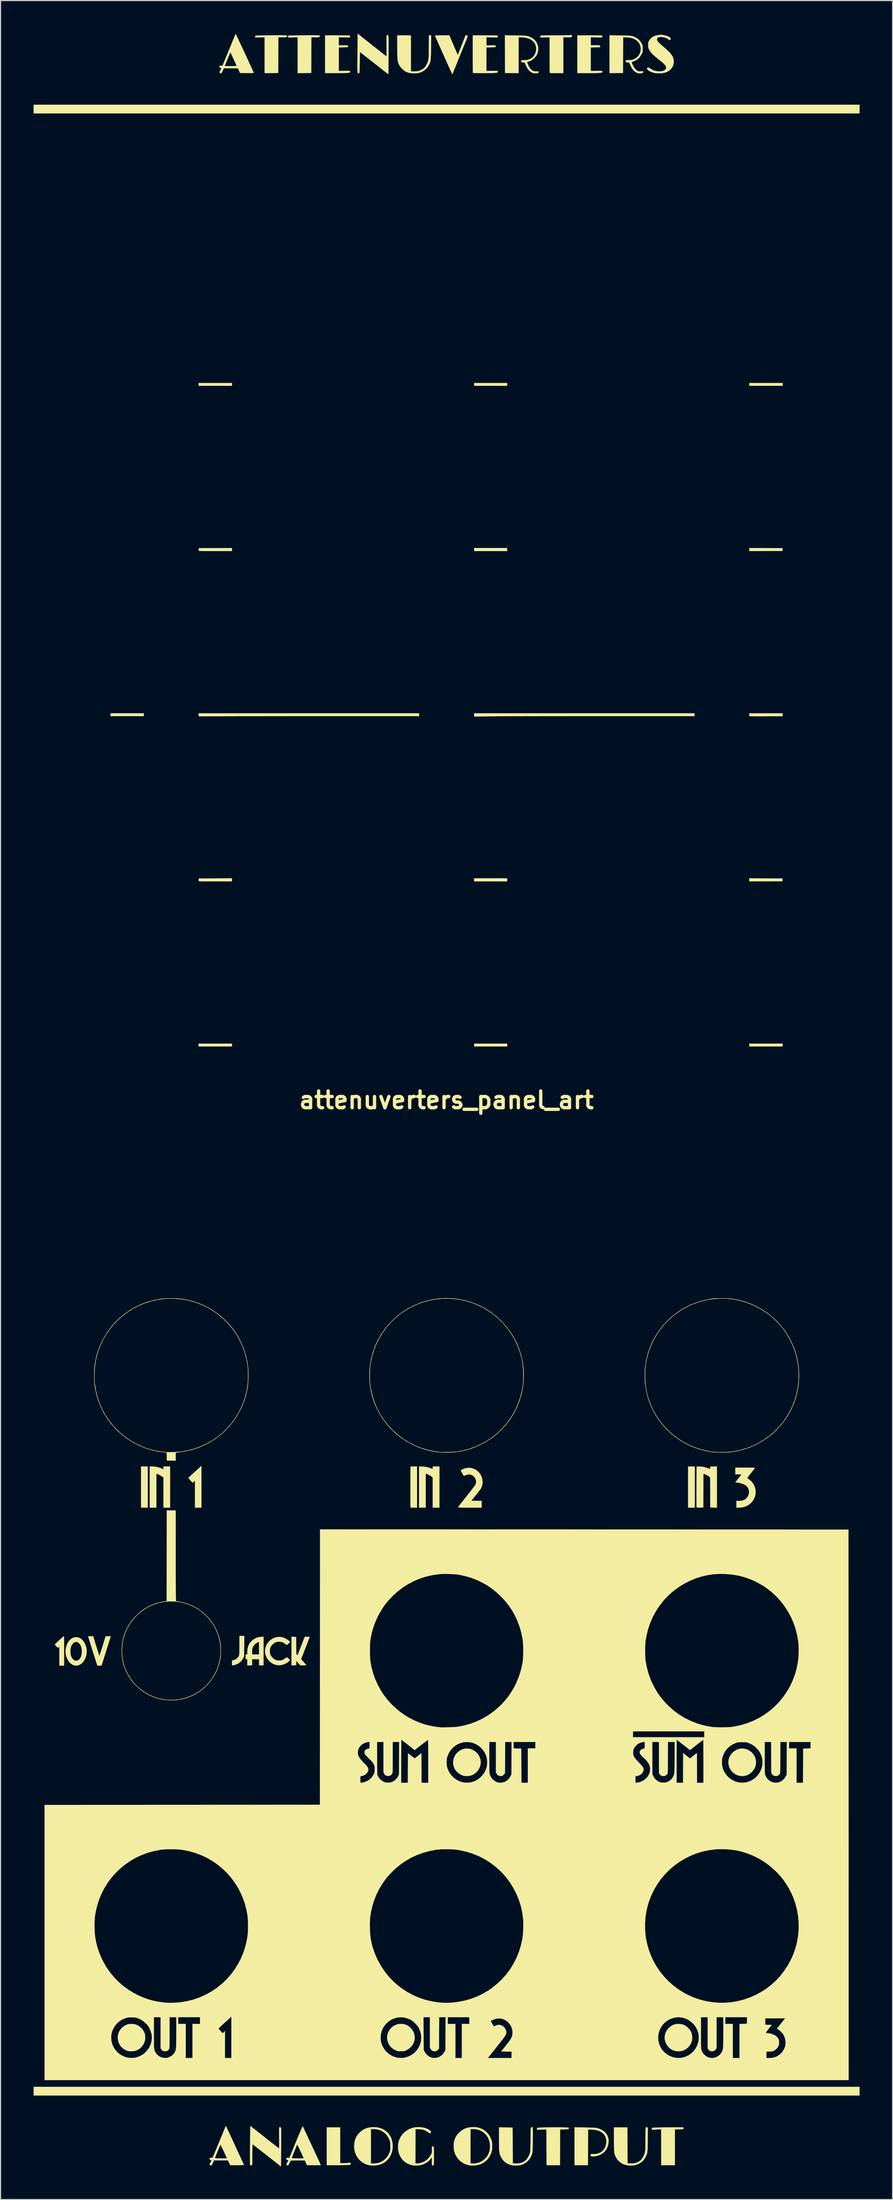
<source format=kicad_pcb>
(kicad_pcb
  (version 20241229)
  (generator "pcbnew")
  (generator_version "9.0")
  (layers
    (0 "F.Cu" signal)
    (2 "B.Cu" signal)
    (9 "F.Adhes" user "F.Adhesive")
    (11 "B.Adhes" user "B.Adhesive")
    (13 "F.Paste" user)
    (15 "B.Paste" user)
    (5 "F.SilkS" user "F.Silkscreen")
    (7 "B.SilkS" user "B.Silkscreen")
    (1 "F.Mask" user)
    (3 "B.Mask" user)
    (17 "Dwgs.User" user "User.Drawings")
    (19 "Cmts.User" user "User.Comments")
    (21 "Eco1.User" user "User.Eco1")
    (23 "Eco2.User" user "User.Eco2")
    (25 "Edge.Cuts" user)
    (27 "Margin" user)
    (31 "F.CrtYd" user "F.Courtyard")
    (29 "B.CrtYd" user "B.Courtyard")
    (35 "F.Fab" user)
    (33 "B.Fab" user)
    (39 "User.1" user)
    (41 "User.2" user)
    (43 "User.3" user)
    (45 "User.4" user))
  (footprint "attenuverters_panel_art"
    (layer "F.Cu")
    (at 37.495 96.858)
    (property "Reference" "attenuverters_panel_art" (at 0 0 0) (layer "F.SilkS") (effects (font (size 1.524 1.524) (thickness 0.3))))
    (attr through_hole)
    (fp_poly (pts (xy -27.483 -34.874) (xy -30.505 -34.874) (xy -30.505 -35.128) (xy -27.483 -35.128) (xy -27.483 -34.874)) (stroke (width 0.01) (type solid)) (fill yes) (layer "F.SilkS"))
    (fp_poly (pts (xy -27.127 37.008) (xy -27.737 37.008) (xy -27.737 33.274) (xy -27.127 33.274) (xy -27.127 37.008)) (stroke (width 0.01) (type solid)) (fill yes) (layer "F.SilkS"))
    (fp_poly (pts (xy -19.482 -64.872) (xy -22.504 -64.872) (xy -22.504 -65.126) (xy -19.482 -65.126) (xy -19.482 -64.872)) (stroke (width 0.01) (type solid)) (fill yes) (layer "F.SilkS"))
    (fp_poly (pts (xy -19.482 -4.877) (xy -22.504 -4.877) (xy -22.504 -5.131) (xy -19.482 -5.131) (xy -19.482 -4.877)) (stroke (width 0.01) (type solid)) (fill yes) (layer "F.SilkS"))
    (fp_poly (pts (xy 5.512 -64.872) (xy 2.515 -64.872) (xy 2.515 -65.126) (xy 5.512 -65.126) (xy 5.512 -64.872)) (stroke (width 0.01) (type solid)) (fill yes) (layer "F.SilkS"))
    (fp_poly (pts (xy 5.512 -49.86) (xy 2.515 -49.86) (xy 2.515 -50.14) (xy 5.512 -50.14) (xy 5.512 -49.86)) (stroke (width 0.01) (type solid)) (fill yes) (layer "F.SilkS"))
    (fp_poly (pts (xy 5.512 -19.863) (xy 2.515 -19.863) (xy 2.515 -20.142) (xy 5.512 -20.142) (xy 5.512 -19.863)) (stroke (width 0.01) (type solid)) (fill yes) (layer "F.SilkS"))
    (fp_poly (pts (xy 5.512 -4.877) (xy 2.515 -4.877) (xy 2.515 -5.131) (xy 5.512 -5.131) (xy 5.512 -4.877)) (stroke (width 0.01) (type solid)) (fill yes) (layer "F.SilkS"))
    (fp_poly (pts (xy 22.555 37.008) (xy 21.946 37.008) (xy 21.946 33.274) (xy 22.555 33.274) (xy 22.555 37.008)) (stroke (width 0.01) (type solid)) (fill yes) (layer "F.SilkS"))
    (fp_poly (pts (xy 30.531 -64.872) (xy 27.508 -64.872) (xy 27.508 -65.126) (xy 30.531 -65.126) (xy 30.531 -64.872)) (stroke (width 0.01) (type solid)) (fill yes) (layer "F.SilkS"))
    (fp_poly (pts (xy 30.531 -4.877) (xy 27.508 -4.877) (xy 27.508 -5.131) (xy 30.531 -5.131) (xy 30.531 -4.877)) (stroke (width 0.01) (type solid)) (fill yes) (layer "F.SilkS"))
    (fp_poly (pts (xy 37.516 -89.611) (xy -37.49 -89.611) (xy -37.49 -90.399) (xy 37.516 -90.399) (xy 37.516 -89.611)) (stroke (width 0.01) (type solid)) (fill yes) (layer "F.SilkS"))
    (fp_poly (pts (xy 37.516 90.399) (xy -37.49 90.399) (xy -37.49 89.611) (xy 37.516 89.611) (xy 37.516 90.399)) (stroke (width 0.01) (type solid)) (fill yes) (layer "F.SilkS"))
    (fp_poly (pts (xy 29.013 -50.133) (xy 30.518 -50.127) (xy 30.518 -49.873) (xy 27.508 -49.86) (xy 27.508 -50.14) (xy 29.013 -50.133)) (stroke (width 0.01) (type solid)) (fill yes) (layer "F.SilkS"))
    (fp_poly (pts (xy 29.013 -20.136) (xy 30.518 -20.13) (xy 30.518 -19.875) (xy 27.508 -19.862) (xy 27.508 -20.143) (xy 29.013 -20.136)) (stroke (width 0.01) (type solid)) (fill yes) (layer "F.SilkS"))
    (fp_poly (pts (xy 30.518 -34.861) (xy 29.03 -34.855) (xy 28.76 -34.854) (xy 28.505 -34.854) (xy 28.27 -34.854) (xy 28.059 -34.855) (xy 27.876 -34.856) (xy 27.727 -34.858) (xy 27.616 -34.86) (xy 27.547 -34.863) (xy 27.525 -34.866) (xy 27.515 -34.899) (xy 27.509 -34.965) (xy 27.508 -35.005) (xy 27.508 -35.128) (xy 30.533 -35.128) (xy 30.518 -34.861)) (stroke (width 0.01) (type solid)) (fill yes) (layer "F.SilkS"))
    (fp_poly (pts (xy -19.482 -49.86) (xy -20.981 -49.86) (xy -21.301 -49.86) (xy -21.574 -49.861) (xy -21.803 -49.862) (xy -21.992 -49.863) (xy -22.144 -49.865) (xy -22.264 -49.868) (xy -22.354 -49.872) (xy -22.419 -49.876) (xy -22.461 -49.882) (xy -22.485 -49.888) (xy -22.494 -49.896) (xy -22.501 -49.943) (xy -22.501 -50.014) (xy -22.5 -50.029) (xy -22.492 -50.127) (xy -20.987 -50.133) (xy -19.482 -50.14) (xy -19.482 -49.86)) (stroke (width 0.01) (type solid)) (fill yes) (layer "F.SilkS"))
    (fp_poly (pts (xy -19.482 -19.863) (xy -20.981 -19.863) (xy -21.301 -19.863) (xy -21.574 -19.863) (xy -21.803 -19.864) (xy -21.992 -19.866) (xy -22.144 -19.868) (xy -22.264 -19.871) (xy -22.354 -19.875) (xy -22.419 -19.879) (xy -22.461 -19.884) (xy -22.485 -19.891) (xy -22.494 -19.898) (xy -22.501 -19.946) (xy -22.501 -20.017) (xy -22.5 -20.032) (xy -22.492 -20.13) (xy -20.987 -20.136) (xy -19.482 -20.143) (xy -19.482 -19.863)) (stroke (width 0.01) (type solid)) (fill yes) (layer "F.SilkS"))
    (fp_poly (pts (xy -2.667 37.008) (xy -2.96 37.008) (xy -3.1 37.006) (xy -3.194 37) (xy -3.247 36.989) (xy -3.265 36.976) (xy -3.267 36.946) (xy -3.268 36.869) (xy -3.27 36.75) (xy -3.271 36.592) (xy -3.272 36.4) (xy -3.272 36.177) (xy -3.272 35.929) (xy -3.272 35.658) (xy -3.271 35.369) (xy -3.27 35.115) (xy -3.264 33.287) (xy -2.965 33.28) (xy -2.667 33.272) (xy -2.667 37.008)) (stroke (width 0.01) (type solid)) (fill yes) (layer "F.SilkS"))
    (fp_poly (pts (xy -25.095 37.008) (xy -25.705 37.008) (xy -25.705 34.269) (xy -25.829 34.178) (xy -25.945 34.103) (xy -26.081 34.03) (xy -26.215 33.971) (xy -26.283 33.948) (xy -26.34 33.931) (xy -26.34 37.008) (xy -26.949 37.008) (xy -26.949 33.274) (xy -26.753 33.274) (xy -26.485 33.29) (xy -26.22 33.336) (xy -25.973 33.408) (xy -25.8 33.481) (xy -25.705 33.529) (xy -25.705 33.274) (xy -25.095 33.274) (xy -25.095 37.008)) (stroke (width 0.01) (type solid)) (fill yes) (layer "F.SilkS"))
    (fp_poly (pts (xy -22.25 37.008) (xy -22.835 37.008) (xy -22.835 34.566) (xy -22.945 34.656) (xy -23.055 34.747) (xy -23.253 34.529) (xy -23.329 34.443) (xy -23.387 34.369) (xy -23.422 34.315) (xy -23.429 34.292) (xy -23.388 34.255) (xy -23.316 34.19) (xy -23.221 34.103) (xy -23.109 34.001) (xy -22.987 33.891) (xy -22.862 33.777) (xy -22.742 33.667) (xy -22.632 33.567) (xy -22.54 33.483) (xy -22.498 33.444) (xy -22.25 33.218) (xy -22.25 37.008)) (stroke (width 0.01) (type solid)) (fill yes) (layer "F.SilkS"))
    (fp_poly (pts (xy -9.652 96.545) (xy -9.351 96.545) (xy -9.216 96.543) (xy -9.083 96.536) (xy -8.97 96.526) (xy -8.907 96.517) (xy -8.795 96.504) (xy -8.724 96.519) (xy -8.692 96.563) (xy -8.692 96.606) (xy -8.698 96.634) (xy -8.711 96.657) (xy -8.735 96.675) (xy -8.774 96.69) (xy -8.834 96.701) (xy -8.917 96.71) (xy -9.03 96.715) (xy -9.176 96.719) (xy -9.359 96.721) (xy -9.584 96.723) (xy -9.849 96.723) (xy -10.871 96.723) (xy -10.871 93.294) (xy -9.652 93.294) (xy -9.652 96.545)) (stroke (width 0.01) (type solid)) (fill yes) (layer "F.SilkS"))
    (fp_poly (pts (xy 22.53 -34.874) (xy 14.774 -34.874) (xy 14.121 -34.874) (xy 13.467 -34.874) (xy 12.815 -34.874) (xy 12.168 -34.873) (xy 11.528 -34.873) (xy 10.898 -34.872) (xy 10.281 -34.872) (xy 9.679 -34.871) (xy 9.097 -34.87) (xy 8.535 -34.869) (xy 7.998 -34.868) (xy 7.487 -34.867) (xy 7.006 -34.866) (xy 6.558 -34.865) (xy 6.144 -34.864) (xy 5.769 -34.862) (xy 5.434 -34.861) (xy 5.142 -34.86) (xy 4.897 -34.858) (xy 4.767 -34.857) (xy 2.515 -34.84) (xy 2.515 -35.128) (xy 22.53 -35.128) (xy 22.53 -34.874)) (stroke (width 0.01) (type solid)) (fill yes) (layer "F.SilkS"))
    (fp_poly (pts (xy -2.178 33.281) (xy -1.954 33.301) (xy -1.746 33.335) (xy -1.565 33.381) (xy -1.426 33.437) (xy -1.355 33.469) (xy -1.302 33.488) (xy -1.267 33.495) (xy -1.25 33.479) (xy -1.245 33.429) (xy -1.245 33.39) (xy -1.245 33.274) (xy -0.635 33.274) (xy -0.635 37.008) (xy -1.245 37.008) (xy -1.245 34.269) (xy -1.34 34.193) (xy -1.426 34.133) (xy -1.535 34.069) (xy -1.65 34.01) (xy -1.753 33.965) (xy -1.81 33.946) (xy -1.88 33.929) (xy -1.88 37.008) (xy -2.489 37.008) (xy -2.489 33.267) (xy -2.178 33.281)) (stroke (width 0.01) (type solid)) (fill yes) (layer "F.SilkS"))
    (fp_poly (pts (xy -18.369 49.588) (xy -18.377 50.509) (xy -18.464 50.686) (xy -18.591 50.888) (xy -18.754 51.057) (xy -18.948 51.188) (xy -19.169 51.278) (xy -19.23 51.294) (xy -19.345 51.321) (xy -19.418 51.332) (xy -19.46 51.32) (xy -19.477 51.279) (xy -19.479 51.203) (xy -19.476 51.112) (xy -19.469 50.89) (xy -19.364 50.872) (xy -19.211 50.825) (xy -19.069 50.742) (xy -18.949 50.632) (xy -18.862 50.505) (xy -18.824 50.408) (xy -18.816 50.345) (xy -18.808 50.234) (xy -18.803 50.079) (xy -18.799 49.883) (xy -18.796 49.649) (xy -18.796 49.481) (xy -18.796 48.666) (xy -18.361 48.666) (xy -18.369 49.588)) (stroke (width 0.01) (type solid)) (fill yes) (layer "F.SilkS"))
    (fp_poly (pts (xy -34.749 48.693) (xy -34.742 48.706) (xy -34.736 48.734) (xy -34.732 48.78) (xy -34.728 48.85) (xy -34.726 48.947) (xy -34.724 49.074) (xy -34.723 49.236) (xy -34.722 49.436) (xy -34.722 49.679) (xy -34.722 49.969) (xy -34.722 50.011) (xy -34.722 51.359) (xy -35.154 51.359) (xy -35.154 49.623) (xy -35.218 49.683) (xy -35.282 49.743) (xy -35.421 49.606) (xy -35.487 49.537) (xy -35.536 49.479) (xy -35.559 49.444) (xy -35.56 49.44) (xy -35.542 49.417) (xy -35.493 49.366) (xy -35.42 49.294) (xy -35.329 49.206) (xy -35.227 49.109) (xy -35.12 49.009) (xy -35.016 48.913) (xy -34.92 48.827) (xy -34.84 48.756) (xy -34.783 48.708) (xy -34.768 48.697) (xy -34.758 48.691) (xy -34.749 48.693)) (stroke (width 0.01) (type solid)) (fill yes) (layer "F.SilkS"))
    (fp_poly (pts (xy 27.153 58.925) (xy 27.37 59.002) (xy 27.57 59.116) (xy 27.746 59.263) (xy 27.894 59.438) (xy 28.009 59.638) (xy 28.085 59.857) (xy 28.117 60.092) (xy 28.118 60.135) (xy 28.093 60.374) (xy 28.023 60.601) (xy 27.911 60.811) (xy 27.763 60.997) (xy 27.583 61.155) (xy 27.375 61.277) (xy 27.164 61.353) (xy 26.975 61.384) (xy 26.772 61.386) (xy 26.58 61.36) (xy 26.546 61.352) (xy 26.317 61.265) (xy 26.113 61.14) (xy 25.939 60.981) (xy 25.797 60.794) (xy 25.692 60.585) (xy 25.627 60.36) (xy 25.606 60.125) (xy 25.631 59.888) (xy 25.703 59.665) (xy 25.818 59.458) (xy 25.969 59.275) (xy 26.151 59.12) (xy 26.358 59.001) (xy 26.582 58.922) (xy 26.684 58.902) (xy 26.922 58.89) (xy 27.153 58.925)) (stroke (width 0.01) (type solid)) (fill yes) (layer "F.SilkS"))
    (fp_poly (pts (xy 2.137 58.92) (xy 2.353 58.994) (xy 2.554 59.107) (xy 2.733 59.254) (xy 2.884 59.431) (xy 3.002 59.633) (xy 3.081 59.857) (xy 3.099 59.945) (xy 3.114 60.179) (xy 3.082 60.409) (xy 3.007 60.629) (xy 2.894 60.832) (xy 2.747 61.013) (xy 2.569 61.166) (xy 2.365 61.284) (xy 2.171 61.353) (xy 2.012 61.38) (xy 1.835 61.388) (xy 1.662 61.377) (xy 1.541 61.354) (xy 1.337 61.275) (xy 1.141 61.159) (xy 0.966 61.013) (xy 0.822 60.847) (xy 0.756 60.742) (xy 0.662 60.517) (xy 0.615 60.287) (xy 0.613 60.057) (xy 0.652 59.834) (xy 0.729 59.621) (xy 0.843 59.425) (xy 0.991 59.251) (xy 1.17 59.105) (xy 1.376 58.991) (xy 1.608 58.916) (xy 1.677 58.903) (xy 1.909 58.888) (xy 2.137 58.92)) (stroke (width 0.01) (type solid)) (fill yes) (layer "F.SilkS"))
    (fp_poly (pts (xy -16.612 51.333) (xy -17.018 51.333) (xy -17.018 50.775) (xy -17.653 50.775) (xy -17.653 51.333) (xy -18.085 51.333) (xy -18.085 50.775) (xy -18.237 50.775) (xy -18.237 50.343) (xy -18.085 50.343) (xy -18.085 50.107) (xy -18.084 50.102) (xy -17.653 50.102) (xy -17.653 50.343) (xy -17.018 50.343) (xy -17.018 49.203) (xy -17.095 49.225) (xy -17.236 49.289) (xy -17.372 49.392) (xy -17.49 49.524) (xy -17.58 49.672) (xy -17.601 49.724) (xy -17.631 49.823) (xy -17.647 49.934) (xy -17.653 50.076) (xy -17.653 50.102) (xy -18.084 50.102) (xy -18.066 49.842) (xy -18.009 49.607) (xy -17.911 49.396) (xy -17.77 49.202) (xy -17.7 49.128) (xy -17.5 48.963) (xy -17.278 48.843) (xy -17.036 48.769) (xy -16.778 48.743) (xy -16.77 48.743) (xy -16.612 48.743) (xy -16.612 51.333)) (stroke (width 0.01) (type solid)) (fill yes) (layer "F.SilkS"))
    (fp_poly (pts (xy -15.195 -96.701) (xy -15.002 -96.701) (xy -14.832 -96.699) (xy -14.692 -96.697) (xy -14.588 -96.694) (xy -14.524 -96.691) (xy -14.508 -96.688) (xy -14.479 -96.646) (xy -14.487 -96.595) (xy -14.528 -96.552) (xy -14.543 -96.545) (xy -14.593 -96.535) (xy -14.681 -96.528) (xy -14.796 -96.522) (xy -14.925 -96.52) (xy -14.937 -96.52) (xy -15.265 -96.52) (xy -15.278 -93.281) (xy -15.894 -93.275) (xy -16.51 -93.268) (xy -16.51 -96.527) (xy -16.935 -96.517) (xy -17.361 -96.507) (xy -17.369 -96.577) (xy -17.364 -96.635) (xy -17.324 -96.667) (xy -17.315 -96.67) (xy -17.279 -96.675) (xy -17.198 -96.679) (xy -17.078 -96.683) (xy -16.925 -96.687) (xy -16.744 -96.691) (xy -16.542 -96.694) (xy -16.325 -96.696) (xy -16.096 -96.698) (xy -15.864 -96.7) (xy -15.632 -96.701) (xy -15.407 -96.701) (xy -15.195 -96.701)) (stroke (width 0.01) (type solid)) (fill yes) (layer "F.SilkS"))
    (fp_poly (pts (xy -2.489 -34.874) (xy -10.232 -34.874) (xy -10.884 -34.874) (xy -11.538 -34.874) (xy -12.189 -34.874) (xy -12.836 -34.873) (xy -13.476 -34.873) (xy -14.105 -34.872) (xy -14.721 -34.872) (xy -15.322 -34.871) (xy -15.904 -34.87) (xy -16.464 -34.869) (xy -17.001 -34.868) (xy -17.511 -34.867) (xy -17.991 -34.866) (xy -18.438 -34.865) (xy -18.851 -34.864) (xy -19.225 -34.863) (xy -19.559 -34.861) (xy -19.85 -34.86) (xy -20.093 -34.859) (xy -20.221 -34.858) (xy -20.554 -34.856) (xy -20.873 -34.854) (xy -21.174 -34.853) (xy -21.452 -34.853) (xy -21.706 -34.852) (xy -21.93 -34.853) (xy -22.121 -34.854) (xy -22.276 -34.855) (xy -22.391 -34.857) (xy -22.462 -34.86) (xy -22.485 -34.862) (xy -22.497 -34.898) (xy -22.503 -34.965) (xy -22.504 -35.005) (xy -22.504 -35.128) (xy -2.489 -35.128) (xy -2.489 -34.874)) (stroke (width 0.01) (type solid)) (fill yes) (layer "F.SilkS"))
    (fp_poly (pts (xy 21.225 83.909) (xy 21.379 83.932) (xy 21.507 83.965) (xy 21.52 83.97) (xy 21.72 84.072) (xy 21.906 84.214) (xy 22.067 84.386) (xy 22.194 84.578) (xy 22.251 84.703) (xy 22.292 84.851) (xy 22.317 85.024) (xy 22.323 85.2) (xy 22.309 85.358) (xy 22.301 85.398) (xy 22.222 85.633) (xy 22.1 85.847) (xy 21.942 86.033) (xy 21.753 86.186) (xy 21.539 86.3) (xy 21.441 86.335) (xy 21.248 86.375) (xy 21.037 86.386) (xy 20.83 86.366) (xy 20.676 86.327) (xy 20.446 86.223) (xy 20.246 86.079) (xy 20.079 85.9) (xy 19.95 85.69) (xy 19.861 85.454) (xy 19.833 85.325) (xy 19.819 85.095) (xy 19.851 84.869) (xy 19.926 84.652) (xy 20.039 84.45) (xy 20.187 84.27) (xy 20.364 84.117) (xy 20.569 83.998) (xy 20.79 83.919) (xy 20.912 83.901) (xy 21.063 83.899) (xy 21.225 83.909)) (stroke (width 0.01) (type solid)) (fill yes) (layer "F.SilkS"))
    (fp_poly (pts (xy 24.562 37.009) (xy 23.965 36.995) (xy 23.952 34.268) (xy 23.857 34.189) (xy 23.774 34.131) (xy 23.664 34.066) (xy 23.546 34.006) (xy 23.44 33.961) (xy 23.4 33.947) (xy 23.343 33.931) (xy 23.336 35.463) (xy 23.33 36.995) (xy 23.031 37.002) (xy 22.894 37.004) (xy 22.801 37.001) (xy 22.746 36.993) (xy 22.721 36.98) (xy 22.72 36.977) (xy 22.718 36.947) (xy 22.716 36.87) (xy 22.715 36.75) (xy 22.713 36.592) (xy 22.713 36.4) (xy 22.712 36.177) (xy 22.712 35.929) (xy 22.712 35.658) (xy 22.713 35.369) (xy 22.714 35.115) (xy 22.72 33.287) (xy 22.909 33.279) (xy 23.185 33.29) (xy 23.479 33.344) (xy 23.782 33.439) (xy 23.906 33.489) (xy 23.934 33.492) (xy 23.949 33.465) (xy 23.957 33.399) (xy 23.957 33.397) (xy 23.965 33.287) (xy 24.263 33.28) (xy 24.562 33.272) (xy 24.562 37.009)) (stroke (width 0.01) (type solid)) (fill yes) (layer "F.SilkS"))
    (fp_poly (pts (xy -3.913 83.912) (xy -3.686 83.972) (xy -3.477 84.076) (xy -3.286 84.226) (xy -3.127 84.406) (xy -3.004 84.609) (xy -2.92 84.829) (xy -2.88 85.058) (xy -2.885 85.287) (xy -2.891 85.325) (xy -2.956 85.564) (xy -3.066 85.785) (xy -3.217 85.98) (xy -3.405 86.146) (xy -3.601 86.265) (xy -3.701 86.313) (xy -3.779 86.345) (xy -3.85 86.363) (xy -3.932 86.373) (xy -4.043 86.378) (xy -4.087 86.379) (xy -4.221 86.381) (xy -4.322 86.376) (xy -4.406 86.363) (xy -4.49 86.34) (xy -4.522 86.329) (xy -4.75 86.225) (xy -4.945 86.089) (xy -5.105 85.926) (xy -5.23 85.741) (xy -5.319 85.54) (xy -5.371 85.328) (xy -5.386 85.111) (xy -5.362 84.894) (xy -5.3 84.683) (xy -5.198 84.482) (xy -5.056 84.298) (xy -4.872 84.136) (xy -4.823 84.101) (xy -4.612 83.989) (xy -4.384 83.92) (xy -4.148 83.894) (xy -3.913 83.912)) (stroke (width 0.01) (type solid)) (fill yes) (layer "F.SilkS"))
    (fp_poly (pts (xy 21.343 93.288) (xy 21.442 93.289) (xy 21.497 93.29) (xy 21.507 93.291) (xy 21.533 93.32) (xy 21.537 93.373) (xy 21.521 93.426) (xy 21.509 93.442) (xy 21.471 93.456) (xy 21.389 93.465) (xy 21.26 93.471) (xy 21.115 93.472) (xy 20.752 93.472) (xy 20.752 96.723) (xy 19.507 96.723) (xy 19.507 93.472) (xy 19.319 93.472) (xy 19.19 93.476) (xy 19.046 93.487) (xy 18.938 93.499) (xy 18.804 93.511) (xy 18.712 93.503) (xy 18.66 93.474) (xy 18.644 93.423) (xy 18.644 93.399) (xy 18.649 93.378) (xy 18.662 93.361) (xy 18.687 93.346) (xy 18.727 93.334) (xy 18.787 93.325) (xy 18.87 93.317) (xy 18.98 93.311) (xy 19.122 93.307) (xy 19.299 93.303) (xy 19.515 93.3) (xy 19.773 93.297) (xy 20.078 93.294) (xy 20.102 93.294) (xy 20.362 93.292) (xy 20.607 93.29) (xy 20.832 93.289) (xy 21.033 93.288) (xy 21.205 93.288) (xy 21.343 93.288)) (stroke (width 0.01) (type solid)) (fill yes) (layer "F.SilkS"))
    (fp_poly (pts (xy 10.23 93.29) (xy 10.44 93.292) (xy 10.631 93.295) (xy 10.797 93.299) (xy 10.932 93.304) (xy 11.032 93.31) (xy 11.09 93.318) (xy 11.102 93.323) (xy 11.122 93.366) (xy 11.11 93.399) (xy 11.08 93.429) (xy 11.051 93.447) (xy 11.003 93.459) (xy 10.929 93.468) (xy 10.819 93.474) (xy 10.68 93.478) (xy 10.325 93.485) (xy 10.319 95.104) (xy 10.312 96.723) (xy 9.094 96.723) (xy 9.081 93.485) (xy 8.839 93.485) (xy 8.71 93.487) (xy 8.579 93.493) (xy 8.469 93.502) (xy 8.442 93.505) (xy 8.35 93.514) (xy 8.292 93.51) (xy 8.256 93.493) (xy 8.245 93.484) (xy 8.208 93.426) (xy 8.221 93.377) (xy 8.284 93.335) (xy 8.289 93.332) (xy 8.334 93.324) (xy 8.422 93.316) (xy 8.548 93.31) (xy 8.706 93.304) (xy 8.89 93.299) (xy 9.095 93.295) (xy 9.314 93.292) (xy 9.544 93.29) (xy 9.776 93.289) (xy 10.007 93.289) (xy 10.23 93.29)) (stroke (width 0.01) (type solid)) (fill yes) (layer "F.SilkS"))
    (fp_poly (pts (xy -28.422 83.909) (xy -28.198 83.957) (xy -27.995 84.048) (xy -27.805 84.185) (xy -27.718 84.266) (xy -27.586 84.418) (xy -27.483 84.585) (xy -27.464 84.624) (xy -27.418 84.726) (xy -27.389 84.809) (xy -27.372 84.892) (xy -27.363 84.997) (xy -27.36 85.069) (xy -27.357 85.208) (xy -27.364 85.317) (xy -27.383 85.416) (xy -27.403 85.49) (xy -27.499 85.722) (xy -27.636 85.928) (xy -27.809 86.102) (xy -28.012 86.239) (xy -28.241 86.336) (xy -28.375 86.365) (xy -28.533 86.381) (xy -28.695 86.383) (xy -28.843 86.371) (xy -28.945 86.35) (xy -29.182 86.251) (xy -29.388 86.115) (xy -29.561 85.945) (xy -29.696 85.748) (xy -29.791 85.526) (xy -29.841 85.285) (xy -29.849 85.141) (xy -29.825 84.89) (xy -29.755 84.658) (xy -29.641 84.447) (xy -29.484 84.26) (xy -29.288 84.102) (xy -29.109 84.001) (xy -29.01 83.956) (xy -28.928 83.928) (xy -28.843 83.912) (xy -28.735 83.903) (xy -28.674 83.9) (xy -28.422 83.909)) (stroke (width 0.01) (type solid)) (fill yes) (layer "F.SilkS"))
    (fp_poly (pts (xy -11.957 -96.702) (xy -11.821 -96.701) (xy -11.715 -96.699) (xy -11.635 -96.696) (xy -11.578 -96.691) (xy -11.54 -96.686) (xy -11.516 -96.679) (xy -11.502 -96.671) (xy -11.495 -96.663) (xy -11.484 -96.623) (xy -11.511 -96.584) (xy -11.528 -96.569) (xy -11.558 -96.549) (xy -11.597 -96.535) (xy -11.654 -96.526) (xy -11.739 -96.522) (xy -11.861 -96.52) (xy -11.928 -96.52) (xy -12.268 -96.52) (xy -12.281 -93.281) (xy -12.897 -93.275) (xy -13.513 -93.268) (xy -13.513 -96.528) (xy -13.932 -96.512) (xy -14.086 -96.507) (xy -14.198 -96.504) (xy -14.275 -96.505) (xy -14.324 -96.509) (xy -14.352 -96.519) (xy -14.369 -96.533) (xy -14.377 -96.547) (xy -14.392 -96.605) (xy -14.361 -96.649) (xy -14.314 -96.672) (xy -14.278 -96.676) (xy -14.197 -96.68) (xy -14.074 -96.684) (xy -13.915 -96.688) (xy -13.725 -96.692) (xy -13.509 -96.695) (xy -13.272 -96.698) (xy -13.017 -96.7) (xy -12.889 -96.7) (xy -12.59 -96.702) (xy -12.338 -96.702) (xy -12.128 -96.703) (xy -11.957 -96.702)) (stroke (width 0.01) (type solid)) (fill yes) (layer "F.SilkS"))
    (fp_poly (pts (xy -13.862 48.748) (xy -13.652 48.755) (xy -13.646 49.532) (xy -13.644 49.751) (xy -13.642 49.925) (xy -13.639 50.059) (xy -13.636 50.16) (xy -13.631 50.232) (xy -13.625 50.283) (xy -13.616 50.316) (xy -13.605 50.338) (xy -13.59 50.355) (xy -13.581 50.364) (xy -13.523 50.419) (xy -13.194 49.581) (xy -12.865 48.743) (xy -12.643 48.743) (xy -12.544 48.744) (xy -12.467 48.748) (xy -12.425 48.754) (xy -12.421 48.757) (xy -12.429 48.783) (xy -12.455 48.849) (xy -12.494 48.951) (xy -12.544 49.083) (xy -12.604 49.237) (xy -12.67 49.409) (xy -12.741 49.592) (xy -12.815 49.78) (xy -12.888 49.967) (xy -12.958 50.148) (xy -13.024 50.316) (xy -13.082 50.464) (xy -13.131 50.588) (xy -13.168 50.681) (xy -13.191 50.738) (xy -13.197 50.752) (xy -13.185 50.775) (xy -13.143 50.829) (xy -13.079 50.905) (xy -12.999 50.998) (xy -12.966 51.035) (xy -12.88 51.132) (xy -12.807 51.216) (xy -12.754 51.279) (xy -12.728 51.314) (xy -12.725 51.318) (xy -12.749 51.324) (xy -12.813 51.329) (xy -12.907 51.333) (xy -13 51.333) (xy -13.274 51.333) (xy -13.456 51.13) (xy -13.638 50.927) (xy -13.645 51.124) (xy -13.652 51.321) (xy -14.072 51.335) (xy -14.072 48.741) (xy -13.862 48.748)) (stroke (width 0.01) (type solid)) (fill yes) (layer "F.SilkS"))
    (fp_poly (pts (xy -9.632 -96.697) (xy -9.376 -96.695) (xy -9.165 -96.692) (xy -8.998 -96.688) (xy -8.878 -96.683) (xy -8.807 -96.676) (xy -8.787 -96.672) (xy -8.745 -96.625) (xy -8.743 -96.565) (xy -8.766 -96.527) (xy -8.797 -96.517) (xy -8.868 -96.511) (xy -8.982 -96.508) (xy -9.141 -96.51) (xy -9.287 -96.513) (xy -9.779 -96.528) (xy -9.779 -95.779) (xy -9.386 -95.787) (xy -9.234 -95.79) (xy -9.125 -95.79) (xy -9.05 -95.787) (xy -9.001 -95.78) (xy -8.97 -95.768) (xy -8.948 -95.751) (xy -8.919 -95.707) (xy -8.931 -95.663) (xy -8.931 -95.662) (xy -8.947 -95.646) (xy -8.977 -95.633) (xy -9.027 -95.625) (xy -9.106 -95.619) (xy -9.221 -95.614) (xy -9.369 -95.611) (xy -9.779 -95.604) (xy -9.779 -93.468) (xy -9.284 -93.475) (xy -9.101 -93.478) (xy -8.963 -93.477) (xy -8.864 -93.472) (xy -8.798 -93.463) (xy -8.759 -93.448) (xy -8.741 -93.425) (xy -8.739 -93.395) (xy -8.742 -93.379) (xy -8.75 -93.354) (xy -8.769 -93.334) (xy -8.801 -93.317) (xy -8.851 -93.303) (xy -8.923 -93.292) (xy -9.022 -93.284) (xy -9.152 -93.278) (xy -9.317 -93.274) (xy -9.521 -93.272) (xy -9.768 -93.271) (xy -9.976 -93.27) (xy -11.024 -93.269) (xy -11.024 -96.698) (xy -9.93 -96.698) (xy -9.632 -96.697)) (stroke (width 0.01) (type solid)) (fill yes) (layer "F.SilkS"))
    (fp_poly (pts (xy 13.259 -96.698) (xy 13.482 -96.697) (xy 13.663 -96.696) (xy 13.806 -96.694) (xy 13.917 -96.691) (xy 13.999 -96.687) (xy 14.057 -96.682) (xy 14.096 -96.675) (xy 14.121 -96.667) (xy 14.133 -96.658) (xy 14.167 -96.619) (xy 14.168 -96.586) (xy 14.148 -96.546) (xy 14.137 -96.53) (xy 14.117 -96.519) (xy 14.083 -96.511) (xy 14.026 -96.507) (xy 13.941 -96.506) (xy 13.821 -96.508) (xy 13.658 -96.512) (xy 13.614 -96.514) (xy 13.105 -96.528) (xy 13.119 -95.796) (xy 13.518 -95.796) (xy 13.683 -95.794) (xy 13.803 -95.79) (xy 13.885 -95.781) (xy 13.935 -95.766) (xy 13.961 -95.743) (xy 13.968 -95.71) (xy 13.966 -95.678) (xy 13.957 -95.618) (xy 13.106 -95.604) (xy 13.106 -93.468) (xy 13.616 -93.475) (xy 13.794 -93.477) (xy 13.927 -93.478) (xy 14.022 -93.475) (xy 14.086 -93.47) (xy 14.125 -93.462) (xy 14.145 -93.45) (xy 14.149 -93.446) (xy 14.17 -93.402) (xy 14.162 -93.367) (xy 14.151 -93.35) (xy 14.133 -93.331) (xy 14.1 -93.315) (xy 14.05 -93.302) (xy 13.978 -93.292) (xy 13.879 -93.284) (xy 13.75 -93.278) (xy 13.585 -93.274) (xy 13.382 -93.271) (xy 13.135 -93.27) (xy 12.91 -93.269) (xy 11.887 -93.269) (xy 11.887 -96.698) (xy 12.99 -96.698) (xy 13.259 -96.698)) (stroke (width 0.01) (type solid)) (fill yes) (layer "F.SilkS"))
    (fp_poly (pts (xy 12.554 93.302) (xy 12.832 93.307) (xy 13.066 93.313) (xy 13.26 93.321) (xy 13.421 93.33) (xy 13.555 93.343) (xy 13.668 93.359) (xy 13.765 93.38) (xy 13.853 93.406) (xy 13.936 93.437) (xy 14.022 93.475) (xy 14.04 93.484) (xy 14.254 93.611) (xy 14.432 93.771) (xy 14.573 93.959) (xy 14.67 94.172) (xy 14.693 94.248) (xy 14.723 94.397) (xy 14.73 94.547) (xy 14.715 94.714) (xy 14.695 94.829) (xy 14.623 95.083) (xy 14.509 95.308) (xy 14.358 95.503) (xy 14.17 95.665) (xy 13.95 95.791) (xy 13.699 95.879) (xy 13.444 95.925) (xy 13.293 95.934) (xy 13.186 95.923) (xy 13.119 95.89) (xy 13.09 95.842) (xy 13.091 95.773) (xy 13.136 95.73) (xy 13.222 95.713) (xy 13.297 95.717) (xy 13.391 95.721) (xy 13.507 95.716) (xy 13.602 95.706) (xy 13.824 95.651) (xy 14.021 95.554) (xy 14.191 95.42) (xy 14.33 95.254) (xy 14.434 95.058) (xy 14.5 94.839) (xy 14.525 94.6) (xy 14.522 94.473) (xy 14.482 94.251) (xy 14.4 94.055) (xy 14.274 93.887) (xy 14.106 93.746) (xy 13.96 93.662) (xy 13.79 93.591) (xy 13.606 93.541) (xy 13.396 93.509) (xy 13.15 93.493) (xy 13.145 93.493) (xy 12.865 93.485) (xy 12.859 95.104) (xy 12.852 96.723) (xy 11.633 96.723) (xy 11.633 93.287) (xy 12.554 93.302)) (stroke (width 0.01) (type solid)) (fill yes) (layer "F.SilkS"))
    (fp_poly (pts (xy 11.341 -96.721) (xy 11.375 -96.71) (xy 11.396 -96.688) (xy 11.402 -96.676) (xy 11.417 -96.629) (xy 11.395 -96.587) (xy 11.38 -96.571) (xy 11.355 -96.551) (xy 11.323 -96.537) (xy 11.274 -96.528) (xy 11.201 -96.522) (xy 11.092 -96.52) (xy 10.973 -96.52) (xy 10.617 -96.52) (xy 10.617 -93.269) (xy 10.012 -93.269) (xy 9.841 -93.269) (xy 9.688 -93.271) (xy 9.559 -93.274) (xy 9.462 -93.278) (xy 9.403 -93.283) (xy 9.39 -93.286) (xy 9.387 -93.313) (xy 9.384 -93.388) (xy 9.381 -93.504) (xy 9.379 -93.658) (xy 9.377 -93.846) (xy 9.375 -94.062) (xy 9.374 -94.304) (xy 9.373 -94.566) (xy 9.373 -94.845) (xy 9.373 -94.915) (xy 9.373 -96.528) (xy 8.955 -96.512) (xy 8.801 -96.506) (xy 8.69 -96.502) (xy 8.615 -96.503) (xy 8.568 -96.507) (xy 8.541 -96.516) (xy 8.528 -96.531) (xy 8.52 -96.55) (xy 8.52 -96.605) (xy 8.559 -96.652) (xy 8.575 -96.663) (xy 8.597 -96.671) (xy 8.63 -96.679) (xy 8.677 -96.685) (xy 8.743 -96.689) (xy 8.834 -96.692) (xy 8.953 -96.695) (xy 9.105 -96.696) (xy 9.294 -96.697) (xy 9.524 -96.698) (xy 9.802 -96.698) (xy 9.803 -96.698) (xy 10.052 -96.698) (xy 10.291 -96.699) (xy 10.515 -96.701) (xy 10.717 -96.703) (xy 10.892 -96.705) (xy 11.033 -96.708) (xy 11.134 -96.711) (xy 11.182 -96.714) (xy 11.281 -96.721) (xy 11.341 -96.721)) (stroke (width 0.01) (type solid)) (fill yes) (layer "F.SilkS"))
    (fp_poly (pts (xy 27.369 33.376) (xy 27.561 33.377) (xy 27.712 33.378) (xy 27.827 33.381) (xy 27.908 33.384) (xy 27.963 33.39) (xy 27.994 33.396) (xy 28.007 33.405) (xy 28.007 33.413) (xy 27.988 33.443) (xy 27.941 33.506) (xy 27.872 33.596) (xy 27.786 33.707) (xy 27.687 33.832) (xy 27.643 33.887) (xy 27.529 34.03) (xy 27.444 34.139) (xy 27.384 34.218) (xy 27.347 34.274) (xy 27.328 34.311) (xy 27.326 34.334) (xy 27.335 34.348) (xy 27.341 34.351) (xy 27.57 34.51) (xy 27.755 34.691) (xy 27.901 34.899) (xy 27.94 34.973) (xy 28.034 35.215) (xy 28.08 35.463) (xy 28.08 35.71) (xy 28.035 35.952) (xy 27.949 36.182) (xy 27.821 36.396) (xy 27.656 36.588) (xy 27.453 36.752) (xy 27.308 36.839) (xy 27.091 36.931) (xy 26.857 36.986) (xy 26.594 37.007) (xy 26.562 37.007) (xy 26.34 37.008) (xy 26.34 36.398) (xy 26.58 36.398) (xy 26.774 36.388) (xy 26.933 36.356) (xy 27.067 36.298) (xy 27.189 36.208) (xy 27.246 36.154) (xy 27.372 35.994) (xy 27.449 35.818) (xy 27.481 35.625) (xy 27.482 35.578) (xy 27.459 35.384) (xy 27.392 35.215) (xy 27.281 35.07) (xy 27.126 34.949) (xy 26.927 34.853) (xy 26.684 34.78) (xy 26.448 34.738) (xy 26.238 34.709) (xy 26.8 33.998) (xy 26.238 33.984) (xy 26.238 33.376) (xy 27.13 33.376) (xy 27.369 33.376)) (stroke (width 0.01) (type solid)) (fill yes) (layer "F.SilkS"))
    (fp_poly (pts (xy -33.451 48.795) (xy -33.315 48.842) (xy -33.149 48.95) (xy -33.001 49.1) (xy -32.876 49.283) (xy -32.778 49.49) (xy -32.709 49.715) (xy -32.674 49.95) (xy -32.675 50.17) (xy -32.713 50.42) (xy -32.781 50.648) (xy -32.877 50.851) (xy -32.996 51.024) (xy -33.135 51.165) (xy -33.291 51.27) (xy -33.459 51.335) (xy -33.636 51.355) (xy -33.795 51.335) (xy -33.972 51.266) (xy -34.135 51.153) (xy -34.281 51) (xy -34.404 50.813) (xy -34.501 50.597) (xy -34.545 50.455) (xy -34.585 50.217) (xy -34.587 50.063) (xy -34.15 50.063) (xy -34.141 50.269) (xy -34.112 50.437) (xy -34.061 50.577) (xy -33.985 50.7) (xy -33.938 50.756) (xy -33.825 50.859) (xy -33.714 50.913) (xy -33.599 50.919) (xy -33.473 50.88) (xy -33.461 50.875) (xy -33.34 50.788) (xy -33.242 50.66) (xy -33.169 50.496) (xy -33.124 50.299) (xy -33.109 50.076) (xy -33.125 49.833) (xy -33.176 49.626) (xy -33.26 49.454) (xy -33.316 49.38) (xy -33.431 49.271) (xy -33.546 49.212) (xy -33.664 49.203) (xy -33.786 49.243) (xy -33.804 49.253) (xy -33.905 49.328) (xy -33.99 49.431) (xy -34.066 49.572) (xy -34.084 49.615) (xy -34.114 49.691) (xy -34.133 49.76) (xy -34.144 49.837) (xy -34.149 49.937) (xy -34.15 50.063) (xy -34.587 50.063) (xy -34.588 49.975) (xy -34.557 49.738) (xy -34.494 49.511) (xy -34.402 49.302) (xy -34.283 49.119) (xy -34.14 48.968) (xy -33.975 48.857) (xy -33.965 48.852) (xy -33.801 48.795) (xy -33.624 48.776) (xy -33.451 48.795)) (stroke (width 0.01) (type solid)) (fill yes) (layer "F.SilkS"))
    (fp_poly (pts (xy -32.048 48.812) (xy -32.012 48.933) (xy -31.967 49.078) (xy -31.917 49.243) (xy -31.862 49.419) (xy -31.805 49.601) (xy -31.748 49.781) (xy -31.693 49.954) (xy -31.642 50.113) (xy -31.598 50.251) (xy -31.562 50.362) (xy -31.537 50.438) (xy -31.524 50.474) (xy -31.523 50.475) (xy -31.512 50.456) (xy -31.488 50.394) (xy -31.453 50.293) (xy -31.409 50.159) (xy -31.356 49.998) (xy -31.298 49.813) (xy -31.235 49.612) (xy -31.229 49.593) (xy -30.95 48.692) (xy -30.717 48.692) (xy -30.483 48.692) (xy -30.531 48.838) (xy -30.553 48.903) (xy -30.586 49.007) (xy -30.629 49.143) (xy -30.68 49.305) (xy -30.738 49.489) (xy -30.801 49.688) (xy -30.867 49.898) (xy -30.934 50.113) (xy -31.001 50.326) (xy -31.066 50.534) (xy -31.127 50.729) (xy -31.183 50.907) (xy -31.231 51.062) (xy -31.27 51.189) (xy -31.299 51.282) (xy -31.315 51.336) (xy -31.318 51.347) (xy -31.341 51.354) (xy -31.4 51.358) (xy -31.479 51.359) (xy -31.564 51.357) (xy -31.641 51.352) (xy -31.693 51.346) (xy -31.708 51.34) (xy -31.718 51.312) (xy -31.741 51.242) (xy -31.776 51.135) (xy -31.82 50.995) (xy -31.873 50.828) (xy -31.933 50.64) (xy -31.998 50.437) (xy -32.065 50.223) (xy -32.134 50.004) (xy -32.203 49.786) (xy -32.27 49.573) (xy -32.333 49.372) (xy -32.39 49.188) (xy -32.441 49.026) (xy -32.482 48.891) (xy -32.514 48.79) (xy -32.532 48.727) (xy -32.537 48.708) (xy -32.514 48.701) (xy -32.451 48.695) (xy -32.36 48.692) (xy -32.311 48.692) (xy -32.084 48.692) (xy -32.048 48.812)) (stroke (width 0.01) (type solid)) (fill yes) (layer "F.SilkS"))
    (fp_poly (pts (xy 2.348 33.435) (xy 2.563 33.518) (xy 2.762 33.639) (xy 2.939 33.796) (xy 3.07 33.96) (xy 3.18 34.167) (xy 3.251 34.391) (xy 3.282 34.623) (xy 3.272 34.854) (xy 3.221 35.075) (xy 3.129 35.276) (xy 3.114 35.302) (xy 3.081 35.347) (xy 3.022 35.426) (xy 2.942 35.53) (xy 2.845 35.654) (xy 2.737 35.791) (xy 2.658 35.89) (xy 2.261 36.386) (xy 2.731 36.392) (xy 3.2 36.399) (xy 3.2 37.008) (xy 2.119 37.008) (xy 1.854 37.007) (xy 1.621 37.006) (xy 1.423 37.003) (xy 1.264 37) (xy 1.146 36.995) (xy 1.072 36.99) (xy 1.046 36.985) (xy 1.046 36.984) (xy 1.063 36.96) (xy 1.108 36.9) (xy 1.179 36.808) (xy 1.273 36.689) (xy 1.385 36.545) (xy 1.514 36.382) (xy 1.656 36.202) (xy 1.807 36.011) (xy 1.816 36) (xy 1.97 35.804) (xy 2.117 35.617) (xy 2.252 35.443) (xy 2.372 35.287) (xy 2.474 35.153) (xy 2.554 35.045) (xy 2.609 34.968) (xy 2.635 34.927) (xy 2.687 34.772) (xy 2.694 34.607) (xy 2.658 34.442) (xy 2.58 34.288) (xy 2.521 34.213) (xy 2.383 34.092) (xy 2.227 34.019) (xy 2.057 33.993) (xy 1.876 34.015) (xy 1.686 34.084) (xy 1.599 34.13) (xy 1.58 34.115) (xy 1.543 34.065) (xy 1.495 33.99) (xy 1.443 33.903) (xy 1.392 33.813) (xy 1.348 33.731) (xy 1.318 33.667) (xy 1.307 33.632) (xy 1.308 33.63) (xy 1.352 33.591) (xy 1.435 33.546) (xy 1.543 33.501) (xy 1.666 33.458) (xy 1.792 33.423) (xy 1.905 33.402) (xy 2.126 33.395) (xy 2.348 33.435)) (stroke (width 0.01) (type solid)) (fill yes) (layer "F.SilkS"))
    (fp_poly (pts (xy 3.779 -96.697) (xy 4.035 -96.695) (xy 4.247 -96.692) (xy 4.413 -96.688) (xy 4.533 -96.683) (xy 4.605 -96.676) (xy 4.624 -96.672) (xy 4.666 -96.625) (xy 4.668 -96.565) (xy 4.645 -96.527) (xy 4.614 -96.517) (xy 4.543 -96.511) (xy 4.429 -96.508) (xy 4.27 -96.51) (xy 4.125 -96.513) (xy 3.632 -96.528) (xy 3.632 -95.779) (xy 4.025 -95.787) (xy 4.177 -95.79) (xy 4.286 -95.79) (xy 4.361 -95.787) (xy 4.41 -95.78) (xy 4.442 -95.768) (xy 4.463 -95.751) (xy 4.492 -95.707) (xy 4.48 -95.663) (xy 4.48 -95.662) (xy 4.464 -95.646) (xy 4.434 -95.633) (xy 4.384 -95.625) (xy 4.305 -95.619) (xy 4.191 -95.614) (xy 4.042 -95.611) (xy 3.632 -95.604) (xy 3.632 -93.468) (xy 4.127 -93.475) (xy 4.31 -93.478) (xy 4.448 -93.477) (xy 4.548 -93.472) (xy 4.614 -93.463) (xy 4.652 -93.448) (xy 4.67 -93.425) (xy 4.672 -93.395) (xy 4.669 -93.379) (xy 4.661 -93.354) (xy 4.642 -93.333) (xy 4.61 -93.316) (xy 4.559 -93.303) (xy 4.485 -93.292) (xy 4.385 -93.284) (xy 4.254 -93.278) (xy 4.087 -93.274) (xy 3.881 -93.272) (xy 3.631 -93.271) (xy 3.452 -93.27) (xy 3.228 -93.27) (xy 3.02 -93.271) (xy 2.833 -93.273) (xy 2.674 -93.275) (xy 2.546 -93.278) (xy 2.456 -93.281) (xy 2.41 -93.284) (xy 2.405 -93.286) (xy 2.402 -93.313) (xy 2.399 -93.388) (xy 2.396 -93.504) (xy 2.394 -93.659) (xy 2.392 -93.848) (xy 2.39 -94.066) (xy 2.389 -94.31) (xy 2.388 -94.575) (xy 2.388 -94.857) (xy 2.388 -95) (xy 2.388 -96.698) (xy 3.481 -96.698) (xy 3.779 -96.697)) (stroke (width 0.01) (type solid)) (fill yes) (layer "F.SilkS"))
    (fp_poly (pts (xy 1.863 -96.711) (xy 1.914 -96.675) (xy 1.93 -96.623) (xy 1.921 -96.587) (xy 1.895 -96.512) (xy 1.855 -96.407) (xy 1.805 -96.281) (xy 1.757 -96.163) (xy 1.713 -96.057) (xy 1.653 -95.911) (xy 1.58 -95.729) (xy 1.495 -95.52) (xy 1.401 -95.289) (xy 1.301 -95.042) (xy 1.198 -94.787) (xy 1.093 -94.528) (xy 1.065 -94.457) (xy 0.967 -94.215) (xy 0.875 -93.988) (xy 0.791 -93.78) (xy 0.715 -93.596) (xy 0.65 -93.439) (xy 0.598 -93.314) (xy 0.56 -93.225) (xy 0.538 -93.176) (xy 0.533 -93.168) (xy 0.521 -93.191) (xy 0.49 -93.256) (xy 0.441 -93.36) (xy 0.377 -93.501) (xy 0.298 -93.673) (xy 0.207 -93.874) (xy 0.105 -94.099) (xy -0.006 -94.346) (xy -0.124 -94.61) (xy -0.249 -94.888) (xy -0.254 -94.899) (xy -0.379 -95.179) (xy -0.498 -95.445) (xy -0.61 -95.695) (xy -0.712 -95.925) (xy -0.803 -96.13) (xy -0.881 -96.307) (xy -0.946 -96.453) (xy -0.994 -96.563) (xy -1.025 -96.635) (xy -1.037 -96.664) (xy -1.037 -96.664) (xy -1.031 -96.675) (xy -1.004 -96.683) (xy -0.951 -96.689) (xy -0.868 -96.693) (xy -0.748 -96.696) (xy -0.587 -96.697) (xy -0.389 -96.698) (xy 0.267 -96.698) (xy 0.608 -95.891) (xy 0.69 -95.698) (xy 0.767 -95.515) (xy 0.837 -95.351) (xy 0.898 -95.211) (xy 0.946 -95.101) (xy 0.978 -95.026) (xy 0.991 -94.998) (xy 1.034 -94.912) (xy 1.339 -95.684) (xy 1.415 -95.877) (xy 1.487 -96.059) (xy 1.552 -96.225) (xy 1.607 -96.367) (xy 1.651 -96.479) (xy 1.68 -96.555) (xy 1.688 -96.577) (xy 1.726 -96.661) (xy 1.769 -96.704) (xy 1.793 -96.713) (xy 1.863 -96.711)) (stroke (width 0.01) (type solid)) (fill yes) (layer "F.SilkS"))
    (fp_poly (pts (xy 18.206 93.282) (xy 18.226 93.29) (xy 18.292 93.32) (xy 18.282 94.393) (xy 18.279 94.671) (xy 18.276 94.904) (xy 18.272 95.097) (xy 18.266 95.256) (xy 18.259 95.386) (xy 18.248 95.494) (xy 18.234 95.584) (xy 18.217 95.662) (xy 18.194 95.734) (xy 18.166 95.805) (xy 18.133 95.881) (xy 18.108 95.935) (xy 17.977 96.166) (xy 17.819 96.355) (xy 17.672 96.477) (xy 17.428 96.619) (xy 17.167 96.714) (xy 16.889 96.761) (xy 16.596 96.76) (xy 16.473 96.746) (xy 16.201 96.683) (xy 15.957 96.58) (xy 15.743 96.437) (xy 15.561 96.258) (xy 15.415 96.043) (xy 15.378 95.972) (xy 15.341 95.893) (xy 15.31 95.819) (xy 15.285 95.744) (xy 15.264 95.665) (xy 15.248 95.574) (xy 15.236 95.467) (xy 15.227 95.338) (xy 15.221 95.183) (xy 15.218 94.995) (xy 15.216 94.769) (xy 15.215 94.5) (xy 15.215 94.367) (xy 15.215 93.294) (xy 16.433 93.294) (xy 16.447 96.558) (xy 16.735 96.565) (xy 16.929 96.564) (xy 17.09 96.547) (xy 17.234 96.512) (xy 17.377 96.454) (xy 17.428 96.429) (xy 17.578 96.329) (xy 17.719 96.191) (xy 17.839 96.027) (xy 17.892 95.929) (xy 17.933 95.841) (xy 17.967 95.764) (xy 17.996 95.691) (xy 18.018 95.617) (xy 18.035 95.536) (xy 18.049 95.442) (xy 18.058 95.33) (xy 18.065 95.194) (xy 18.069 95.028) (xy 18.072 94.827) (xy 18.074 94.585) (xy 18.075 94.389) (xy 18.077 94.126) (xy 18.079 93.909) (xy 18.081 93.734) (xy 18.084 93.596) (xy 18.088 93.49) (xy 18.093 93.413) (xy 18.099 93.359) (xy 18.107 93.324) (xy 18.116 93.304) (xy 18.12 93.299) (xy 18.159 93.274) (xy 18.206 93.282)) (stroke (width 0.01) (type solid)) (fill yes) (layer "F.SilkS"))
    (fp_poly (pts (xy -6.304 93.291) (xy -6.016 93.357) (xy -5.754 93.464) (xy -5.521 93.609) (xy -5.321 93.791) (xy -5.154 94.005) (xy -5.024 94.25) (xy -4.934 94.524) (xy -4.885 94.823) (xy -4.877 95.014) (xy -4.9 95.312) (xy -4.968 95.593) (xy -5.076 95.853) (xy -5.222 96.088) (xy -5.404 96.294) (xy -5.617 96.466) (xy -5.859 96.602) (xy -6.128 96.696) (xy -6.131 96.697) (xy -6.321 96.734) (xy -6.527 96.756) (xy -6.728 96.761) (xy -6.896 96.749) (xy -7.186 96.683) (xy -7.454 96.574) (xy -7.46 96.571) (xy -6.858 96.571) (xy -6.614 96.571) (xy -6.474 96.566) (xy -6.338 96.553) (xy -6.227 96.534) (xy -6.216 96.531) (xy -5.955 96.438) (xy -5.721 96.303) (xy -5.516 96.128) (xy -5.343 95.915) (xy -5.205 95.667) (xy -5.161 95.561) (xy -5.134 95.488) (xy -5.116 95.421) (xy -5.105 95.348) (xy -5.098 95.258) (xy -5.095 95.138) (xy -5.094 95.021) (xy -5.095 94.861) (xy -5.099 94.741) (xy -5.108 94.648) (xy -5.123 94.573) (xy -5.141 94.513) (xy -5.256 94.247) (xy -5.404 94.015) (xy -5.585 93.82) (xy -5.796 93.666) (xy -5.865 93.627) (xy -6.073 93.534) (xy -6.28 93.477) (xy -6.504 93.45) (xy -6.623 93.447) (xy -6.858 93.447) (xy -6.858 96.571) (xy -7.46 96.571) (xy -7.695 96.425) (xy -7.906 96.238) (xy -8.083 96.016) (xy -8.189 95.831) (xy -8.281 95.621) (xy -8.34 95.418) (xy -8.372 95.203) (xy -8.382 94.981) (xy -8.361 94.683) (xy -8.298 94.411) (xy -8.192 94.162) (xy -8.04 93.933) (xy -7.9 93.776) (xy -7.678 93.586) (xy -7.437 93.441) (xy -7.173 93.341) (xy -6.884 93.284) (xy -6.617 93.269) (xy -6.304 93.291)) (stroke (width 0.01) (type solid)) (fill yes) (layer "F.SilkS"))
    (fp_poly (pts (xy -6.769 -95.824) (xy -6.546 -95.647) (xy -6.333 -95.479) (xy -6.136 -95.323) (xy -5.958 -95.183) (xy -5.8 -95.06) (xy -5.668 -94.957) (xy -5.564 -94.877) (xy -5.492 -94.822) (xy -5.455 -94.796) (xy -5.451 -94.794) (xy -5.446 -94.818) (xy -5.442 -94.889) (xy -5.439 -95) (xy -5.438 -95.148) (xy -5.438 -95.328) (xy -5.439 -95.536) (xy -5.441 -95.731) (xy -5.444 -96.015) (xy -5.445 -96.248) (xy -5.444 -96.431) (xy -5.441 -96.567) (xy -5.435 -96.654) (xy -5.428 -96.694) (xy -5.427 -96.697) (xy -5.379 -96.72) (xy -5.355 -96.723) (xy -5.334 -96.722) (xy -5.316 -96.717) (xy -5.3 -96.705) (xy -5.287 -96.681) (xy -5.277 -96.643) (xy -5.268 -96.587) (xy -5.262 -96.509) (xy -5.257 -96.407) (xy -5.254 -96.276) (xy -5.252 -96.114) (xy -5.252 -95.917) (xy -5.253 -95.681) (xy -5.254 -95.403) (xy -5.256 -95.079) (xy -5.258 -94.884) (xy -5.271 -93.16) (xy -6.236 -93.917) (xy -6.443 -94.08) (xy -6.649 -94.241) (xy -6.848 -94.398) (xy -7.036 -94.545) (xy -7.205 -94.678) (xy -7.351 -94.792) (xy -7.466 -94.883) (xy -7.531 -94.934) (xy -7.861 -95.193) (xy -7.874 -94.242) (xy -7.878 -93.993) (xy -7.881 -93.79) (xy -7.885 -93.628) (xy -7.889 -93.503) (xy -7.894 -93.41) (xy -7.9 -93.345) (xy -7.908 -93.302) (xy -7.916 -93.278) (xy -7.925 -93.268) (xy -7.969 -93.247) (xy -8.006 -93.256) (xy -8.043 -93.288) (xy -8.052 -93.298) (xy -8.06 -93.313) (xy -8.066 -93.336) (xy -8.072 -93.37) (xy -8.076 -93.42) (xy -8.079 -93.488) (xy -8.082 -93.579) (xy -8.083 -93.697) (xy -8.084 -93.843) (xy -8.084 -94.024) (xy -8.083 -94.241) (xy -8.081 -94.498) (xy -8.079 -94.8) (xy -8.077 -95.093) (xy -8.065 -96.853) (xy -6.769 -95.824)) (stroke (width 0.01) (type solid)) (fill yes) (layer "F.SilkS"))
    (fp_poly (pts (xy -14.941 48.777) (xy -14.921 48.781) (xy -14.694 48.86) (xy -14.481 48.975) (xy -14.33 49.088) (xy -14.195 49.207) (xy -14.279 49.294) (xy -14.348 49.36) (xy -14.417 49.419) (xy -14.435 49.434) (xy -14.507 49.485) (xy -14.606 49.405) (xy -14.689 49.346) (xy -14.788 49.285) (xy -14.839 49.256) (xy -14.916 49.22) (xy -14.988 49.199) (xy -15.072 49.19) (xy -15.189 49.187) (xy -15.189 49.187) (xy -15.306 49.19) (xy -15.392 49.2) (xy -15.467 49.222) (xy -15.552 49.259) (xy -15.555 49.261) (xy -15.736 49.376) (xy -15.88 49.525) (xy -15.973 49.679) (xy -16.008 49.764) (xy -16.029 49.844) (xy -16.038 49.939) (xy -16.04 50.038) (xy -16.038 50.156) (xy -16.027 50.242) (xy -16.005 50.318) (xy -15.969 50.398) (xy -15.858 50.572) (xy -15.709 50.721) (xy -15.559 50.821) (xy -15.487 50.855) (xy -15.421 50.875) (xy -15.341 50.885) (xy -15.231 50.889) (xy -15.202 50.889) (xy -15.084 50.887) (xy -14.999 50.879) (xy -14.93 50.861) (xy -14.859 50.83) (xy -14.839 50.82) (xy -14.744 50.765) (xy -14.649 50.703) (xy -14.607 50.672) (xy -14.549 50.629) (xy -14.501 50.612) (xy -14.454 50.624) (xy -14.396 50.667) (xy -14.317 50.744) (xy -14.305 50.756) (xy -14.196 50.868) (xy -14.288 50.95) (xy -14.509 51.115) (xy -14.739 51.233) (xy -14.976 51.304) (xy -15.215 51.326) (xy -15.455 51.298) (xy -15.462 51.297) (xy -15.693 51.22) (xy -15.902 51.102) (xy -16.085 50.95) (xy -16.238 50.769) (xy -16.356 50.564) (xy -16.436 50.343) (xy -16.474 50.11) (xy -16.464 49.872) (xy -16.463 49.86) (xy -16.404 49.627) (xy -16.305 49.412) (xy -16.17 49.221) (xy -16.007 49.057) (xy -15.819 48.923) (xy -15.613 48.825) (xy -15.394 48.765) (xy -15.168 48.748) (xy -14.941 48.777)) (stroke (width 0.01) (type solid)) (fill yes) (layer "F.SilkS"))
    (fp_poly (pts (xy 7.783 93.271) (xy 7.801 93.28) (xy 7.815 93.301) (xy 7.826 93.338) (xy 7.835 93.395) (xy 7.841 93.477) (xy 7.844 93.588) (xy 7.846 93.732) (xy 7.846 93.913) (xy 7.845 94.137) (xy 7.843 94.406) (xy 7.842 94.416) (xy 7.84 94.695) (xy 7.837 94.929) (xy 7.833 95.123) (xy 7.827 95.283) (xy 7.82 95.415) (xy 7.809 95.523) (xy 7.795 95.614) (xy 7.776 95.694) (xy 7.752 95.767) (xy 7.723 95.839) (xy 7.687 95.916) (xy 7.654 95.985) (xy 7.526 96.191) (xy 7.359 96.375) (xy 7.161 96.53) (xy 6.94 96.649) (xy 6.728 96.72) (xy 6.594 96.743) (xy 6.432 96.757) (xy 6.263 96.761) (xy 6.109 96.756) (xy 6.034 96.747) (xy 5.761 96.682) (xy 5.517 96.576) (xy 5.304 96.431) (xy 5.124 96.248) (xy 4.978 96.028) (xy 4.954 95.981) (xy 4.914 95.896) (xy 4.88 95.816) (xy 4.852 95.735) (xy 4.829 95.648) (xy 4.811 95.55) (xy 4.798 95.436) (xy 4.788 95.299) (xy 4.782 95.135) (xy 4.778 94.938) (xy 4.776 94.703) (xy 4.775 94.424) (xy 4.775 94.333) (xy 4.775 93.293) (xy 6.007 93.307) (xy 6.032 96.558) (xy 6.298 96.565) (xy 6.425 96.566) (xy 6.548 96.561) (xy 6.648 96.553) (xy 6.687 96.546) (xy 6.906 96.474) (xy 7.104 96.358) (xy 7.274 96.203) (xy 7.412 96.013) (xy 7.457 95.927) (xy 7.497 95.842) (xy 7.531 95.767) (xy 7.558 95.698) (xy 7.58 95.627) (xy 7.597 95.55) (xy 7.61 95.461) (xy 7.619 95.354) (xy 7.626 95.224) (xy 7.63 95.064) (xy 7.633 94.871) (xy 7.636 94.636) (xy 7.637 94.399) (xy 7.639 94.137) (xy 7.642 93.92) (xy 7.644 93.746) (xy 7.647 93.608) (xy 7.651 93.503) (xy 7.655 93.425) (xy 7.661 93.371) (xy 7.668 93.335) (xy 7.677 93.314) (xy 7.687 93.302) (xy 7.688 93.301) (xy 7.737 93.274) (xy 7.761 93.269) (xy 7.783 93.271)) (stroke (width 0.01) (type solid)) (fill yes) (layer "F.SilkS"))
    (fp_poly (pts (xy 2.651 93.276) (xy 2.846 93.304) (xy 2.857 93.306) (xy 3.135 93.393) (xy 3.387 93.522) (xy 3.61 93.691) (xy 3.802 93.897) (xy 3.958 94.137) (xy 4.076 94.407) (xy 4.082 94.424) (xy 4.11 94.515) (xy 4.129 94.595) (xy 4.141 94.68) (xy 4.147 94.783) (xy 4.15 94.918) (xy 4.151 94.983) (xy 4.151 95.137) (xy 4.147 95.253) (xy 4.138 95.345) (xy 4.122 95.427) (xy 4.099 95.511) (xy 4.093 95.529) (xy 4.001 95.776) (xy 3.886 95.989) (xy 3.739 96.181) (xy 3.656 96.269) (xy 3.445 96.45) (xy 3.21 96.589) (xy 2.95 96.686) (xy 2.661 96.744) (xy 2.487 96.759) (xy 2.368 96.762) (xy 2.25 96.76) (xy 2.156 96.752) (xy 2.146 96.751) (xy 1.846 96.679) (xy 1.574 96.566) (xy 1.331 96.414) (xy 1.12 96.224) (xy 0.944 95.998) (xy 0.804 95.739) (xy 0.753 95.609) (xy 0.719 95.506) (xy 0.696 95.416) (xy 0.681 95.322) (xy 0.672 95.209) (xy 0.666 95.061) (xy 0.666 95.059) (xy 0.665 94.845) (xy 0.678 94.665) (xy 0.709 94.506) (xy 0.761 94.353) (xy 0.836 94.191) (xy 0.844 94.175) (xy 0.997 93.935) (xy 1.189 93.725) (xy 1.416 93.549) (xy 1.606 93.447) (xy 2.184 93.447) (xy 2.184 96.571) (xy 2.428 96.571) (xy 2.568 96.566) (xy 2.704 96.553) (xy 2.815 96.534) (xy 2.826 96.531) (xy 3.079 96.44) (xy 3.309 96.308) (xy 3.512 96.138) (xy 3.683 95.937) (xy 3.816 95.71) (xy 3.907 95.461) (xy 3.924 95.39) (xy 3.96 95.106) (xy 3.951 94.819) (xy 3.899 94.542) (xy 3.805 94.283) (xy 3.794 94.259) (xy 3.664 94.049) (xy 3.495 93.86) (xy 3.297 93.701) (xy 3.12 93.601) (xy 2.946 93.528) (xy 2.788 93.481) (xy 2.625 93.455) (xy 2.436 93.447) (xy 2.412 93.447) (xy 2.184 93.447) (xy 1.606 93.447) (xy 1.673 93.411) (xy 1.816 93.355) (xy 1.997 93.309) (xy 2.209 93.28) (xy 2.432 93.268) (xy 2.651 93.276)) (stroke (width 0.01) (type solid)) (fill yes) (layer "F.SilkS"))
    (fp_poly (pts (xy -1.447 -96.707) (xy -1.402 -96.674) (xy -1.394 -96.654) (xy -1.392 -96.619) (xy -1.391 -96.54) (xy -1.391 -96.42) (xy -1.392 -96.267) (xy -1.393 -96.085) (xy -1.395 -95.881) (xy -1.397 -95.659) (xy -1.399 -95.555) (xy -1.403 -95.278) (xy -1.407 -95.046) (xy -1.412 -94.854) (xy -1.418 -94.695) (xy -1.427 -94.565) (xy -1.439 -94.457) (xy -1.454 -94.367) (xy -1.473 -94.288) (xy -1.498 -94.214) (xy -1.528 -94.141) (xy -1.565 -94.062) (xy -1.591 -94.008) (xy -1.717 -93.805) (xy -1.883 -93.624) (xy -2.08 -93.472) (xy -2.301 -93.354) (xy -2.517 -93.282) (xy -2.68 -93.257) (xy -2.872 -93.246) (xy -3.073 -93.25) (xy -3.262 -93.268) (xy -3.399 -93.295) (xy -3.514 -93.33) (xy -3.631 -93.374) (xy -3.716 -93.414) (xy -3.844 -93.498) (xy -3.979 -93.614) (xy -4.107 -93.748) (xy -4.216 -93.886) (xy -4.288 -94.005) (xy -4.326 -94.085) (xy -4.358 -94.157) (xy -4.384 -94.225) (xy -4.405 -94.297) (xy -4.422 -94.376) (xy -4.434 -94.469) (xy -4.444 -94.581) (xy -4.451 -94.718) (xy -4.456 -94.883) (xy -4.459 -95.084) (xy -4.462 -95.326) (xy -4.464 -95.587) (xy -4.473 -96.698) (xy -3.85 -96.698) (xy -3.226 -96.698) (xy -3.226 -93.453) (xy -3.169 -93.437) (xy -3.086 -93.425) (xy -2.969 -93.422) (xy -2.834 -93.425) (xy -2.698 -93.436) (xy -2.576 -93.454) (xy -2.541 -93.461) (xy -2.354 -93.522) (xy -2.175 -93.617) (xy -2.022 -93.734) (xy -1.974 -93.781) (xy -1.917 -93.855) (xy -1.852 -93.957) (xy -1.791 -94.066) (xy -1.778 -94.092) (xy -1.736 -94.181) (xy -1.702 -94.264) (xy -1.674 -94.347) (xy -1.651 -94.437) (xy -1.634 -94.538) (xy -1.621 -94.657) (xy -1.612 -94.799) (xy -1.606 -94.97) (xy -1.602 -95.175) (xy -1.601 -95.42) (xy -1.6 -95.678) (xy -1.6 -95.932) (xy -1.599 -96.141) (xy -1.598 -96.308) (xy -1.595 -96.438) (xy -1.592 -96.536) (xy -1.587 -96.607) (xy -1.581 -96.654) (xy -1.573 -96.682) (xy -1.563 -96.697) (xy -1.562 -96.698) (xy -1.508 -96.717) (xy -1.447 -96.707)) (stroke (width 0.01) (type solid)) (fill yes) (layer "F.SilkS"))
    (fp_poly (pts (xy 6.229 -96.691) (xy 6.502 -96.687) (xy 6.73 -96.682) (xy 6.918 -96.675) (xy 7.074 -96.667) (xy 7.203 -96.655) (xy 7.311 -96.639) (xy 7.405 -96.619) (xy 7.489 -96.594) (xy 7.57 -96.562) (xy 7.653 -96.524) (xy 7.687 -96.508) (xy 7.893 -96.38) (xy 8.062 -96.222) (xy 8.193 -96.038) (xy 8.283 -95.834) (xy 8.332 -95.617) (xy 8.337 -95.391) (xy 8.298 -95.163) (xy 8.211 -94.937) (xy 8.168 -94.857) (xy 8.097 -94.76) (xy 7.997 -94.652) (xy 7.882 -94.547) (xy 7.767 -94.46) (xy 7.722 -94.432) (xy 7.629 -94.385) (xy 7.519 -94.34) (xy 7.463 -94.321) (xy 7.319 -94.277) (xy 7.382 -94.11) (xy 7.475 -93.897) (xy 7.584 -93.721) (xy 7.677 -93.608) (xy 7.784 -93.513) (xy 7.902 -93.455) (xy 8.043 -93.428) (xy 8.18 -93.426) (xy 8.277 -93.429) (xy 8.333 -93.427) (xy 8.36 -93.416) (xy 8.369 -93.394) (xy 8.369 -93.371) (xy 8.349 -93.311) (xy 8.286 -93.27) (xy 8.179 -93.248) (xy 8.077 -93.244) (xy 7.938 -93.254) (xy 7.817 -93.289) (xy 7.783 -93.304) (xy 7.64 -93.386) (xy 7.515 -93.494) (xy 7.401 -93.633) (xy 7.295 -93.81) (xy 7.2 -94.012) (xy 7.103 -94.234) (xy 6.992 -94.234) (xy 6.911 -94.24) (xy 6.844 -94.255) (xy 6.831 -94.26) (xy 6.794 -94.302) (xy 6.782 -94.361) (xy 6.798 -94.414) (xy 6.813 -94.428) (xy 6.85 -94.436) (xy 6.926 -94.443) (xy 7.028 -94.448) (xy 7.112 -94.45) (xy 7.239 -94.453) (xy 7.331 -94.46) (xy 7.404 -94.474) (xy 7.474 -94.498) (xy 7.546 -94.53) (xy 7.647 -94.583) (xy 7.743 -94.644) (xy 7.807 -94.691) (xy 7.953 -94.851) (xy 8.06 -95.036) (xy 8.126 -95.238) (xy 8.152 -95.448) (xy 8.136 -95.658) (xy 8.076 -95.861) (xy 7.986 -96.027) (xy 7.851 -96.183) (xy 7.675 -96.31) (xy 7.463 -96.409) (xy 7.217 -96.477) (xy 6.941 -96.513) (xy 6.775 -96.519) (xy 6.553 -96.52) (xy 6.553 -93.268) (xy 5.937 -93.275) (xy 5.321 -93.281) (xy 5.308 -96.703) (xy 6.229 -96.691)) (stroke (width 0.01) (type solid)) (fill yes) (layer "F.SilkS"))
    (fp_poly (pts (xy -13.052 93.186) (xy -13.039 93.211) (xy -13.007 93.277) (xy -12.958 93.382) (xy -12.893 93.519) (xy -12.815 93.685) (xy -12.726 93.876) (xy -12.627 94.088) (xy -12.521 94.315) (xy -12.409 94.554) (xy -12.295 94.801) (xy -12.179 95.05) (xy -12.063 95.299) (xy -11.951 95.542) (xy -11.843 95.776) (xy -11.741 95.995) (xy -11.649 96.196) (xy -11.567 96.375) (xy -11.497 96.527) (xy -11.48 96.564) (xy -11.408 96.723) (xy -12.666 96.723) (xy -12.766 96.508) (xy -12.865 96.293) (xy -13.511 96.298) (xy -14.157 96.304) (xy -14.229 96.48) (xy -14.293 96.618) (xy -14.352 96.708) (xy -14.409 96.749) (xy -14.464 96.744) (xy -14.498 96.718) (xy -14.523 96.677) (xy -14.522 96.624) (xy -14.493 96.549) (xy -14.44 96.455) (xy -14.387 96.364) (xy -14.36 96.308) (xy -14.357 96.278) (xy -14.376 96.267) (xy -14.396 96.266) (xy -14.462 96.248) (xy -14.52 96.205) (xy -14.552 96.151) (xy -14.554 96.137) (xy -14.532 96.088) (xy -14.526 96.086) (xy -14.064 96.086) (xy -13.973 96.095) (xy -13.918 96.099) (xy -13.822 96.102) (xy -13.697 96.105) (xy -13.551 96.108) (xy -13.418 96.109) (xy -13.255 96.111) (xy -13.136 96.11) (xy -13.054 96.108) (xy -13.004 96.104) (xy -12.978 96.096) (xy -12.97 96.084) (xy -12.974 96.067) (xy -12.974 96.067) (xy -12.989 96.032) (xy -13.023 95.958) (xy -13.072 95.851) (xy -13.133 95.718) (xy -13.204 95.566) (xy -13.271 95.42) (xy -13.365 95.221) (xy -13.44 95.066) (xy -13.497 94.956) (xy -13.537 94.888) (xy -13.561 94.861) (xy -13.568 94.863) (xy -13.582 94.898) (xy -13.612 94.973) (xy -13.656 95.081) (xy -13.71 95.216) (xy -13.773 95.37) (xy -13.825 95.496) (xy -14.064 96.086) (xy -14.526 96.086) (xy -14.469 96.059) (xy -14.377 96.053) (xy -14.351 96.055) (xy -14.262 96.066) (xy -13.667 94.616) (xy -13.561 94.361) (xy -13.461 94.12) (xy -13.368 93.898) (xy -13.284 93.699) (xy -13.21 93.527) (xy -13.148 93.386) (xy -13.1 93.279) (xy -13.068 93.211) (xy -13.053 93.186) (xy -13.052 93.186)) (stroke (width 0.01) (type solid)) (fill yes) (layer "F.SilkS"))
    (fp_poly (pts (xy -2.261 93.284) (xy -2.019 93.327) (xy -1.799 93.403) (xy -1.755 93.422) (xy -1.598 93.505) (xy -1.484 93.586) (xy -1.417 93.662) (xy -1.398 93.732) (xy -1.423 93.79) (xy -1.458 93.819) (xy -1.503 93.822) (xy -1.564 93.798) (xy -1.651 93.744) (xy -1.713 93.7) (xy -1.875 93.597) (xy -2.04 93.525) (xy -2.22 93.481) (xy -2.428 93.462) (xy -2.527 93.46) (xy -2.807 93.459) (xy -2.813 95.015) (xy -2.82 96.571) (xy -2.66 96.571) (xy -2.416 96.546) (xy -2.179 96.475) (xy -1.954 96.362) (xy -1.749 96.212) (xy -1.572 96.028) (xy -1.428 95.816) (xy -1.414 95.789) (xy -1.371 95.706) (xy -1.344 95.642) (xy -1.329 95.582) (xy -1.323 95.51) (xy -1.323 95.413) (xy -1.325 95.337) (xy -1.326 95.204) (xy -1.32 95.114) (xy -1.306 95.059) (xy -1.279 95.031) (xy -1.239 95.022) (xy -1.232 95.022) (xy -1.206 95.024) (xy -1.186 95.032) (xy -1.17 95.053) (xy -1.157 95.09) (xy -1.149 95.149) (xy -1.142 95.235) (xy -1.138 95.353) (xy -1.136 95.509) (xy -1.134 95.706) (xy -1.134 95.874) (xy -1.133 96.108) (xy -1.133 96.295) (xy -1.135 96.443) (xy -1.139 96.554) (xy -1.147 96.634) (xy -1.157 96.689) (xy -1.172 96.723) (xy -1.192 96.74) (xy -1.217 96.747) (xy -1.245 96.749) (xy -1.295 96.733) (xy -1.312 96.717) (xy -1.319 96.681) (xy -1.324 96.604) (xy -1.326 96.498) (xy -1.325 96.372) (xy -1.324 96.342) (xy -1.316 95.999) (xy -1.397 96.11) (xy -1.578 96.317) (xy -1.794 96.488) (xy -2.04 96.619) (xy -2.256 96.695) (xy -2.447 96.735) (xy -2.657 96.757) (xy -2.862 96.761) (xy -3.01 96.749) (xy -3.291 96.685) (xy -3.548 96.577) (xy -3.778 96.428) (xy -3.978 96.239) (xy -4.145 96.014) (xy -4.277 95.755) (xy -4.299 95.697) (xy -4.351 95.512) (xy -4.383 95.297) (xy -4.395 95.07) (xy -4.386 94.847) (xy -4.357 94.655) (xy -4.27 94.377) (xy -4.138 94.121) (xy -3.966 93.89) (xy -3.755 93.688) (xy -3.509 93.52) (xy -3.365 93.445) (xy -3.13 93.352) (xy -2.893 93.295) (xy -2.635 93.271) (xy -2.535 93.269) (xy -2.261 93.284)) (stroke (width 0.01) (type solid)) (fill yes) (layer "F.SilkS"))
    (fp_poly (pts (xy 15.729 -96.691) (xy 15.993 -96.687) (xy 16.211 -96.682) (xy 16.389 -96.677) (xy 16.532 -96.671) (xy 16.644 -96.663) (xy 16.731 -96.654) (xy 16.799 -96.644) (xy 16.821 -96.639) (xy 17.074 -96.557) (xy 17.298 -96.439) (xy 17.489 -96.286) (xy 17.643 -96.102) (xy 17.723 -95.966) (xy 17.764 -95.881) (xy 17.791 -95.815) (xy 17.807 -95.752) (xy 17.815 -95.678) (xy 17.818 -95.58) (xy 17.818 -95.478) (xy 17.818 -95.183) (xy 17.71 -94.965) (xy 17.576 -94.75) (xy 17.406 -94.57) (xy 17.203 -94.427) (xy 16.967 -94.323) (xy 16.922 -94.309) (xy 16.872 -94.293) (xy 16.841 -94.275) (xy 16.829 -94.247) (xy 16.837 -94.2) (xy 16.866 -94.127) (xy 16.915 -94.02) (xy 16.942 -93.962) (xy 17.044 -93.778) (xy 17.161 -93.626) (xy 17.285 -93.515) (xy 17.371 -93.465) (xy 17.443 -93.439) (xy 17.514 -93.427) (xy 17.605 -93.428) (xy 17.666 -93.433) (xy 17.763 -93.44) (xy 17.822 -93.439) (xy 17.853 -93.428) (xy 17.865 -93.41) (xy 17.869 -93.344) (xy 17.828 -93.293) (xy 17.742 -93.26) (xy 17.616 -93.246) (xy 17.569 -93.245) (xy 17.471 -93.251) (xy 17.381 -93.265) (xy 17.335 -93.277) (xy 17.167 -93.364) (xy 17.02 -93.485) (xy 16.89 -93.645) (xy 16.771 -93.85) (xy 16.752 -93.89) (xy 16.704 -93.994) (xy 16.662 -94.087) (xy 16.634 -94.154) (xy 16.625 -94.177) (xy 16.608 -94.212) (xy 16.572 -94.229) (xy 16.505 -94.234) (xy 16.483 -94.234) (xy 16.386 -94.243) (xy 16.323 -94.271) (xy 16.307 -94.284) (xy 16.272 -94.342) (xy 16.281 -94.391) (xy 16.329 -94.429) (xy 16.41 -94.45) (xy 16.519 -94.452) (xy 16.55 -94.449) (xy 16.659 -94.445) (xy 16.782 -94.455) (xy 16.83 -94.463) (xy 17.045 -94.532) (xy 17.233 -94.641) (xy 17.391 -94.784) (xy 17.515 -94.957) (xy 17.6 -95.154) (xy 17.643 -95.369) (xy 17.643 -95.567) (xy 17.599 -95.781) (xy 17.51 -95.973) (xy 17.379 -96.141) (xy 17.209 -96.282) (xy 17.001 -96.394) (xy 16.815 -96.458) (xy 16.732 -96.475) (xy 16.616 -96.491) (xy 16.481 -96.505) (xy 16.364 -96.512) (xy 16.053 -96.527) (xy 16.047 -94.904) (xy 16.04 -93.281) (xy 15.424 -93.275) (xy 14.808 -93.268) (xy 14.808 -96.703) (xy 15.729 -96.691)) (stroke (width 0.01) (type solid)) (fill yes) (layer "F.SilkS"))
    (fp_poly (pts (xy -17.788 93.183) (xy -17.729 93.227) (xy -17.638 93.298) (xy -17.516 93.393) (xy -17.368 93.508) (xy -17.198 93.642) (xy -17.007 93.792) (xy -16.801 93.955) (xy -16.582 94.128) (xy -16.512 94.184) (xy -16.29 94.36) (xy -16.079 94.526) (xy -15.883 94.68) (xy -15.705 94.819) (xy -15.549 94.941) (xy -15.418 95.042) (xy -15.316 95.12) (xy -15.245 95.173) (xy -15.21 95.198) (xy -15.206 95.199) (xy -15.2 95.174) (xy -15.195 95.099) (xy -15.192 94.977) (xy -15.191 94.807) (xy -15.192 94.593) (xy -15.194 94.334) (xy -15.195 94.26) (xy -15.199 94.01) (xy -15.201 93.805) (xy -15.201 93.643) (xy -15.2 93.517) (xy -15.198 93.424) (xy -15.193 93.36) (xy -15.187 93.319) (xy -15.179 93.297) (xy -15.175 93.293) (xy -15.121 93.276) (xy -15.062 93.296) (xy -15.02 93.343) (xy -15.016 93.354) (xy -15.013 93.388) (xy -15.011 93.468) (xy -15.009 93.591) (xy -15.008 93.752) (xy -15.007 93.946) (xy -15.007 94.17) (xy -15.008 94.418) (xy -15.009 94.687) (xy -15.01 94.972) (xy -15.011 95.126) (xy -15.024 96.843) (xy -16.313 95.83) (xy -16.537 95.655) (xy -16.748 95.49) (xy -16.944 95.336) (xy -17.122 95.198) (xy -17.277 95.077) (xy -17.407 94.976) (xy -17.509 94.898) (xy -17.578 94.845) (xy -17.612 94.82) (xy -17.615 94.818) (xy -17.618 94.843) (xy -17.62 94.912) (xy -17.623 95.022) (xy -17.625 95.165) (xy -17.626 95.337) (xy -17.627 95.531) (xy -17.628 95.743) (xy -17.628 95.757) (xy -17.628 96) (xy -17.628 96.197) (xy -17.629 96.354) (xy -17.631 96.474) (xy -17.634 96.564) (xy -17.638 96.627) (xy -17.644 96.67) (xy -17.652 96.696) (xy -17.662 96.712) (xy -17.675 96.721) (xy -17.679 96.724) (xy -17.743 96.739) (xy -17.802 96.727) (xy -17.835 96.691) (xy -17.835 96.69) (xy -17.837 96.657) (xy -17.839 96.579) (xy -17.84 96.461) (xy -17.841 96.308) (xy -17.841 96.125) (xy -17.841 95.917) (xy -17.84 95.689) (xy -17.839 95.446) (xy -17.838 95.193) (xy -17.836 94.935) (xy -17.834 94.676) (xy -17.832 94.423) (xy -17.83 94.179) (xy -17.828 93.951) (xy -17.825 93.742) (xy -17.822 93.558) (xy -17.82 93.403) (xy -17.817 93.284) (xy -17.814 93.204) (xy -17.811 93.169) (xy -17.811 93.168) (xy -17.788 93.183)) (stroke (width 0.01) (type solid)) (fill yes) (layer "F.SilkS"))
    (fp_poly (pts (xy 19.622 -96.738) (xy 19.785 -96.709) (xy 19.949 -96.665) (xy 20.101 -96.611) (xy 20.229 -96.549) (xy 20.314 -96.489) (xy 20.36 -96.421) (xy 20.367 -96.35) (xy 20.333 -96.292) (xy 20.332 -96.291) (xy 20.298 -96.274) (xy 20.255 -96.28) (xy 20.193 -96.313) (xy 20.103 -96.374) (xy 20.094 -96.381) (xy 19.983 -96.445) (xy 19.852 -96.493) (xy 19.709 -96.527) (xy 19.565 -96.545) (xy 19.427 -96.546) (xy 19.307 -96.531) (xy 19.212 -96.499) (xy 19.152 -96.449) (xy 19.142 -96.43) (xy 19.123 -96.36) (xy 19.125 -96.29) (xy 19.15 -96.217) (xy 19.203 -96.135) (xy 19.285 -96.04) (xy 19.4 -95.927) (xy 19.552 -95.793) (xy 19.659 -95.702) (xy 19.902 -95.494) (xy 20.105 -95.307) (xy 20.271 -95.139) (xy 20.402 -94.985) (xy 20.502 -94.84) (xy 20.574 -94.701) (xy 20.62 -94.562) (xy 20.643 -94.42) (xy 20.646 -94.271) (xy 20.645 -94.245) (xy 20.61 -94.025) (xy 20.532 -93.828) (xy 20.413 -93.656) (xy 20.256 -93.511) (xy 20.064 -93.395) (xy 19.84 -93.311) (xy 19.586 -93.26) (xy 19.318 -93.245) (xy 19.13 -93.253) (xy 18.962 -93.271) (xy 18.86 -93.291) (xy 18.69 -93.341) (xy 18.539 -93.402) (xy 18.411 -93.47) (xy 18.312 -93.541) (xy 18.246 -93.612) (xy 18.219 -93.678) (xy 18.236 -93.737) (xy 18.238 -93.74) (xy 18.296 -93.774) (xy 18.377 -93.763) (xy 18.478 -93.707) (xy 18.51 -93.684) (xy 18.712 -93.561) (xy 18.943 -93.476) (xy 19.194 -93.431) (xy 19.422 -93.427) (xy 19.603 -93.45) (xy 19.749 -93.498) (xy 19.858 -93.568) (xy 19.927 -93.657) (xy 19.951 -93.764) (xy 19.94 -93.851) (xy 19.919 -93.906) (xy 19.883 -93.966) (xy 19.828 -94.033) (xy 19.75 -94.113) (xy 19.646 -94.208) (xy 19.51 -94.324) (xy 19.339 -94.463) (xy 19.241 -94.542) (xy 19.028 -94.715) (xy 18.854 -94.865) (xy 18.713 -94.997) (xy 18.6 -95.116) (xy 18.512 -95.226) (xy 18.443 -95.333) (xy 18.411 -95.394) (xy 18.372 -95.478) (xy 18.347 -95.546) (xy 18.333 -95.616) (xy 18.327 -95.704) (xy 18.326 -95.821) (xy 18.327 -95.942) (xy 18.333 -96.026) (xy 18.346 -96.091) (xy 18.369 -96.15) (xy 18.401 -96.21) (xy 18.52 -96.376) (xy 18.674 -96.517) (xy 18.837 -96.613) (xy 18.958 -96.658) (xy 19.109 -96.698) (xy 19.269 -96.728) (xy 19.418 -96.746) (xy 19.473 -96.748) (xy 19.622 -96.738)) (stroke (width 0.01) (type solid)) (fill yes) (layer "F.SilkS"))
    (fp_poly (pts (xy -19.134 -96.815) (xy -19.103 -96.754) (xy -19.055 -96.655) (xy -18.992 -96.523) (xy -18.915 -96.362) (xy -18.828 -96.176) (xy -18.731 -95.969) (xy -18.626 -95.746) (xy -18.516 -95.512) (xy -18.403 -95.269) (xy -18.289 -95.024) (xy -18.175 -94.779) (xy -18.064 -94.539) (xy -17.957 -94.308) (xy -17.858 -94.092) (xy -17.766 -93.893) (xy -17.685 -93.716) (xy -17.617 -93.566) (xy -17.564 -93.447) (xy -17.526 -93.362) (xy -17.508 -93.317) (xy -17.506 -93.313) (xy -17.505 -93.299) (xy -17.515 -93.288) (xy -17.54 -93.281) (xy -17.587 -93.276) (xy -17.661 -93.273) (xy -17.769 -93.272) (xy -17.915 -93.273) (xy -18.106 -93.275) (xy -18.121 -93.275) (xy -18.747 -93.281) (xy -18.936 -93.699) (xy -19.526 -93.704) (xy -19.697 -93.706) (xy -19.853 -93.708) (xy -19.987 -93.709) (xy -20.089 -93.71) (xy -20.154 -93.711) (xy -20.17 -93.711) (xy -20.2 -93.703) (xy -20.23 -93.671) (xy -20.265 -93.606) (xy -20.306 -93.512) (xy -20.367 -93.381) (xy -20.424 -93.292) (xy -20.476 -93.248) (xy -20.496 -93.244) (xy -20.527 -93.256) (xy -20.555 -93.271) (xy -20.589 -93.305) (xy -20.595 -93.357) (xy -20.571 -93.434) (xy -20.517 -93.543) (xy -20.512 -93.553) (xy -20.424 -93.711) (xy -20.503 -93.738) (xy -20.587 -93.781) (xy -20.625 -93.832) (xy -20.619 -93.882) (xy -20.593 -93.904) (xy -20.141 -93.904) (xy -19.596 -93.904) (xy -19.435 -93.905) (xy -19.294 -93.907) (xy -19.178 -93.91) (xy -19.096 -93.914) (xy -19.054 -93.919) (xy -19.05 -93.921) (xy -19.06 -93.946) (xy -19.088 -94.011) (xy -19.131 -94.106) (xy -19.185 -94.226) (xy -19.247 -94.362) (xy -19.313 -94.507) (xy -19.381 -94.654) (xy -19.446 -94.796) (xy -19.506 -94.925) (xy -19.556 -95.033) (xy -19.594 -95.114) (xy -19.617 -95.16) (xy -19.621 -95.168) (xy -19.632 -95.147) (xy -19.658 -95.087) (xy -19.698 -94.993) (xy -19.748 -94.874) (xy -19.805 -94.736) (xy -19.867 -94.587) (xy -19.93 -94.433) (xy -19.991 -94.282) (xy -20.048 -94.14) (xy -20.094 -94.024) (xy -20.141 -93.904) (xy -20.593 -93.904) (xy -20.572 -93.921) (xy -20.485 -93.941) (xy -20.459 -93.942) (xy -20.336 -93.942) (xy -19.745 -95.377) (xy -19.639 -95.633) (xy -19.54 -95.874) (xy -19.448 -96.098) (xy -19.365 -96.3) (xy -19.292 -96.475) (xy -19.233 -96.621) (xy -19.187 -96.732) (xy -19.157 -96.804) (xy -19.145 -96.834) (xy -19.145 -96.834) (xy -19.134 -96.815)) (stroke (width 0.01) (type solid)) (fill yes) (layer "F.SilkS"))
    (fp_poly (pts (xy -20.004 93.221) (xy -19.978 93.269) (xy -19.956 93.315) (xy -19.915 93.4) (xy -19.859 93.52) (xy -19.788 93.672) (xy -19.706 93.849) (xy -19.613 94.049) (xy -19.512 94.266) (xy -19.405 94.497) (xy -19.294 94.736) (xy -19.182 94.98) (xy -19.069 95.224) (xy -18.959 95.464) (xy -18.852 95.695) (xy -18.752 95.913) (xy -18.66 96.113) (xy -18.578 96.292) (xy -18.508 96.444) (xy -18.453 96.566) (xy -18.413 96.653) (xy -18.393 96.701) (xy -18.39 96.708) (xy -18.414 96.713) (xy -18.482 96.716) (xy -18.587 96.719) (xy -18.723 96.721) (xy -18.882 96.723) (xy -19.014 96.723) (xy -19.637 96.723) (xy -19.84 96.291) (xy -21.121 96.291) (xy -21.181 96.443) (xy -21.245 96.588) (xy -21.302 96.686) (xy -21.356 96.739) (xy -21.409 96.749) (xy -21.464 96.718) (xy -21.474 96.709) (xy -21.498 96.684) (xy -21.509 96.661) (xy -21.503 96.63) (xy -21.478 96.579) (xy -21.432 96.496) (xy -21.425 96.484) (xy -21.381 96.402) (xy -21.349 96.337) (xy -21.336 96.302) (xy -21.336 96.301) (xy -21.358 96.278) (xy -21.411 96.255) (xy -21.419 96.252) (xy -21.484 96.219) (xy -21.51 96.168) (xy -21.504 96.104) (xy -21.463 96.067) (xy -21.4 96.055) (xy -21.023 96.055) (xy -21.01 96.078) (xy -20.95 96.094) (xy -20.938 96.095) (xy -20.864 96.1) (xy -20.759 96.104) (xy -20.634 96.107) (xy -20.497 96.109) (xy -20.357 96.109) (xy -20.224 96.108) (xy -20.106 96.106) (xy -20.013 96.103) (xy -19.955 96.099) (xy -19.939 96.095) (xy -19.949 96.062) (xy -19.978 95.992) (xy -20.021 95.894) (xy -20.076 95.773) (xy -20.14 95.638) (xy -20.208 95.494) (xy -20.277 95.35) (xy -20.344 95.212) (xy -20.406 95.088) (xy -20.458 94.984) (xy -20.498 94.909) (xy -20.523 94.868) (xy -20.528 94.864) (xy -20.543 94.892) (xy -20.573 94.96) (xy -20.617 95.063) (xy -20.672 95.192) (xy -20.733 95.342) (xy -20.779 95.454) (xy -20.844 95.614) (xy -20.903 95.76) (xy -20.953 95.884) (xy -20.992 95.979) (xy -21.016 96.038) (xy -21.023 96.055) (xy -21.4 96.055) (xy -21.381 96.051) (xy -21.345 96.05) (xy -21.229 96.05) (xy -20.648 94.64) (xy -20.543 94.387) (xy -20.444 94.146) (xy -20.352 93.923) (xy -20.27 93.722) (xy -20.198 93.547) (xy -20.138 93.403) (xy -20.093 93.293) (xy -20.063 93.221) (xy -20.052 93.193) (xy -20.034 93.184) (xy -20.004 93.221)) (stroke (width 0.01) (type solid)) (fill yes) (layer "F.SilkS"))
    (fp_poly (pts (xy -24.587 41.377) (xy -24.587 41.932) (xy -24.587 42.438) (xy -24.587 42.897) (xy -24.586 43.311) (xy -24.585 43.683) (xy -24.584 44.013) (xy -24.583 44.304) (xy -24.582 44.558) (xy -24.58 44.777) (xy -24.578 44.963) (xy -24.576 45.118) (xy -24.573 45.244) (xy -24.57 45.342) (xy -24.567 45.415) (xy -24.563 45.465) (xy -24.559 45.493) (xy -24.555 45.502) (xy -24.518 45.509) (xy -24.443 45.522) (xy -24.341 45.538) (xy -24.257 45.551) (xy -23.813 45.643) (xy -23.384 45.781) (xy -22.971 45.963) (xy -22.58 46.186) (xy -22.212 46.448) (xy -21.871 46.744) (xy -21.56 47.072) (xy -21.283 47.43) (xy -21.042 47.814) (xy -20.84 48.222) (xy -20.681 48.65) (xy -20.616 48.883) (xy -20.567 49.089) (xy -20.532 49.275) (xy -20.508 49.454) (xy -20.494 49.643) (xy -20.488 49.858) (xy -20.487 50) (xy -20.49 50.237) (xy -20.499 50.439) (xy -20.517 50.622) (xy -20.546 50.802) (xy -20.586 50.994) (xy -20.616 51.117) (xy -20.752 51.557) (xy -20.933 51.979) (xy -21.157 52.38) (xy -21.42 52.756) (xy -21.719 53.105) (xy -22.051 53.422) (xy -22.412 53.704) (xy -22.801 53.947) (xy -23.213 54.15) (xy -23.495 54.258) (xy -23.842 54.365) (xy -24.174 54.44) (xy -24.51 54.485) (xy -24.867 54.504) (xy -25.019 54.505) (xy -25.179 54.502) (xy -25.343 54.495) (xy -25.494 54.485) (xy -25.616 54.472) (xy -25.641 54.468) (xy -26.106 54.372) (xy -26.559 54.229) (xy -26.995 54.041) (xy -27.408 53.81) (xy -27.61 53.676) (xy -27.748 53.569) (xy -27.906 53.434) (xy -28.073 53.28) (xy -28.239 53.117) (xy -28.392 52.956) (xy -28.524 52.808) (xy -28.605 52.705) (xy -28.875 52.297) (xy -29.096 51.876) (xy -29.269 51.44) (xy -29.394 50.988) (xy -29.47 50.522) (xy -29.492 50.137) (xy -29.465 50.137) (xy -29.428 50.598) (xy -29.344 51.053) (xy -29.214 51.495) (xy -29.148 51.67) (xy -28.947 52.101) (xy -28.705 52.503) (xy -28.426 52.874) (xy -28.111 53.212) (xy -27.764 53.516) (xy -27.388 53.782) (xy -26.984 54.009) (xy -26.555 54.196) (xy -26.104 54.339) (xy -25.635 54.437) (xy -25.493 54.457) (xy -25.365 54.467) (xy -25.201 54.472) (xy -25.013 54.472) (xy -24.815 54.467) (xy -24.62 54.458) (xy -24.441 54.445) (xy -24.293 54.428) (xy -24.244 54.421) (xy -23.775 54.312) (xy -23.325 54.159) (xy -22.898 53.962) (xy -22.496 53.724) (xy -22.123 53.445) (xy -21.78 53.129) (xy -21.471 52.776) (xy -21.272 52.501) (xy -21.029 52.095) (xy -20.834 51.675) (xy -20.685 51.245) (xy -20.581 50.806) (xy -20.523 50.364) (xy -20.509 49.921) (xy -20.539 49.48) (xy -20.612 49.045) (xy -20.727 48.619) (xy -20.884 48.206) (xy -21.083 47.808) (xy -21.321 47.429) (xy -21.599 47.072) (xy -21.917 46.741) (xy -22.272 46.438) (xy -22.543 46.246) (xy -22.949 46.008) (xy -23.374 45.818) (xy -23.819 45.674) (xy -24.282 45.577) (xy -24.765 45.528) (xy -24.816 45.525) (xy -25.282 45.53) (xy -25.74 45.582) (xy -26.186 45.682) (xy -26.616 45.826) (xy -27.029 46.012) (xy -27.421 46.238) (xy -27.788 46.503) (xy -28.127 46.805) (xy -28.437 47.14) (xy -28.712 47.508) (xy -28.951 47.906) (xy -29.148 48.33) (xy -29.297 48.764) (xy -29.399 49.214) (xy -29.455 49.674) (xy -29.465 50.137) (xy -29.492 50.137) (xy -29.497 50.039) (xy -29.498 50) (xy -29.473 49.516) (xy -29.401 49.048) (xy -29.281 48.596) (xy -29.112 48.158) (xy -28.894 47.735) (xy -28.628 47.327) (xy -28.605 47.295) (xy -28.499 47.163) (xy -28.362 47.01) (xy -28.205 46.848) (xy -28.038 46.687) (xy -27.872 46.536) (xy -27.717 46.406) (xy -27.61 46.324) (xy -27.402 46.188) (xy -27.165 46.052) (xy -26.915 45.924) (xy -26.67 45.812) (xy -26.468 45.734) (xy -26.331 45.691) (xy -26.167 45.646) (xy -25.99 45.602) (xy -25.815 45.564) (xy -25.656 45.533) (xy -25.527 45.514) (xy -25.502 45.512) (xy -25.413 45.504) (xy -25.4 37.262) (xy -24.587 37.262) (xy -24.587 41.377)) (stroke (width 0.01) (type solid)) (fill yes) (layer "F.SilkS"))
    (fp_poly (pts (xy 0.499 18.002) (xy 1.08 18.067) (xy 1.657 18.181) (xy 1.973 18.265) (xy 2.539 18.456) (xy 3.078 18.689) (xy 3.591 18.966) (xy 4.08 19.287) (xy 4.545 19.653) (xy 4.987 20.063) (xy 5.057 20.135) (xy 5.456 20.583) (xy 5.812 21.057) (xy 6.124 21.557) (xy 6.393 22.082) (xy 6.616 22.63) (xy 6.647 22.72) (xy 6.816 23.287) (xy 6.935 23.863) (xy 7.005 24.445) (xy 7.027 25.03) (xy 7 25.613) (xy 6.925 26.193) (xy 6.802 26.765) (xy 6.631 27.327) (xy 6.412 27.874) (xy 6.35 28.009) (xy 6.072 28.534) (xy 5.754 29.03) (xy 5.397 29.495) (xy 5.004 29.928) (xy 4.577 30.326) (xy 4.118 30.687) (xy 3.629 31.01) (xy 3.114 31.291) (xy 2.573 31.529) (xy 2.289 31.634) (xy 1.771 31.79) (xy 1.252 31.904) (xy 0.724 31.975) (xy 0.179 32.007) (xy -0.368 32) (xy -0.939 31.95) (xy -1.504 31.85) (xy -2.06 31.702) (xy -2.604 31.507) (xy -3.133 31.266) (xy -3.645 30.981) (xy -4.135 30.652) (xy -4.602 30.282) (xy -4.705 30.192) (xy -5.089 29.816) (xy -5.448 29.401) (xy -5.778 28.953) (xy -6.075 28.479) (xy -6.335 27.984) (xy -6.553 27.477) (xy -6.719 26.985) (xy -6.86 26.411) (xy -6.953 25.829) (xy -6.997 25.245) (xy -6.996 25.104) (xy -6.957 25.104) (xy -6.953 25.364) (xy -6.942 25.599) (xy -6.921 25.824) (xy -6.889 26.05) (xy -6.847 26.291) (xy -6.832 26.366) (xy -6.691 26.946) (xy -6.504 27.506) (xy -6.273 28.044) (xy -5.997 28.558) (xy -5.679 29.046) (xy -5.321 29.507) (xy -4.922 29.938) (xy -4.485 30.337) (xy -4.011 30.703) (xy -3.797 30.849) (xy -3.3 31.147) (xy -2.78 31.4) (xy -2.238 31.608) (xy -1.671 31.773) (xy -1.079 31.895) (xy -0.572 31.963) (xy -0.479 31.968) (xy -0.345 31.971) (xy -0.181 31.971) (xy 0.004 31.968) (xy 0.2 31.963) (xy 0.396 31.957) (xy 0.582 31.948) (xy 0.75 31.939) (xy 0.888 31.928) (xy 0.986 31.917) (xy 1.126 31.894) (xy 1.29 31.864) (xy 1.454 31.831) (xy 1.544 31.812) (xy 2.11 31.66) (xy 2.656 31.463) (xy 3.18 31.223) (xy 3.679 30.943) (xy 4.151 30.623) (xy 4.595 30.267) (xy 5.008 29.876) (xy 5.388 29.453) (xy 5.733 29) (xy 6.041 28.518) (xy 6.31 28.011) (xy 6.537 27.481) (xy 6.721 26.929) (xy 6.858 26.366) (xy 6.904 26.119) (xy 6.938 25.89) (xy 6.962 25.667) (xy 6.976 25.437) (xy 6.982 25.186) (xy 6.98 24.903) (xy 6.978 24.807) (xy 6.961 24.407) (xy 6.928 24.041) (xy 6.875 23.694) (xy 6.801 23.352) (xy 6.703 23.001) (xy 6.616 22.733) (xy 6.401 22.184) (xy 6.143 21.658) (xy 5.843 21.159) (xy 5.504 20.688) (xy 5.127 20.248) (xy 4.716 19.84) (xy 4.272 19.468) (xy 3.797 19.132) (xy 3.294 18.836) (xy 2.765 18.582) (xy 2.386 18.432) (xy 1.825 18.256) (xy 1.252 18.129) (xy 0.671 18.05) (xy 0.084 18.02) (xy -0.504 18.04) (xy -1.091 18.108) (xy -1.673 18.226) (xy -1.676 18.227) (xy -2.241 18.392) (xy -2.784 18.602) (xy -3.303 18.855) (xy -3.796 19.147) (xy -4.262 19.478) (xy -4.697 19.845) (xy -5.101 20.246) (xy -5.471 20.679) (xy -5.805 21.142) (xy -6.101 21.632) (xy -6.358 22.147) (xy -6.574 22.686) (xy -6.745 23.247) (xy -6.871 23.826) (xy -6.896 23.976) (xy -6.915 24.114) (xy -6.929 24.253) (xy -6.939 24.404) (xy -6.947 24.58) (xy -6.953 24.794) (xy -6.953 24.807) (xy -6.957 25.104) (xy -6.996 25.104) (xy -6.993 24.66) (xy -6.941 24.079) (xy -6.841 23.505) (xy -6.695 22.941) (xy -6.501 22.391) (xy -6.26 21.858) (xy -6.233 21.804) (xy -5.943 21.296) (xy -5.61 20.811) (xy -5.237 20.354) (xy -4.827 19.929) (xy -4.385 19.54) (xy -3.924 19.197) (xy -3.423 18.886) (xy -2.9 18.62) (xy -2.36 18.399) (xy -1.805 18.225) (xy -1.238 18.098) (xy -0.663 18.018) (xy -0.083 17.986) (xy 0.499 18.002)) (stroke (width 0.01) (type solid)) (fill yes) (layer "F.SilkS"))
    (fp_poly (pts (xy 25.255 17.999) (xy 25.503 18.007) (xy 25.729 18.021) (xy 25.919 18.04) (xy 25.933 18.042) (xy 26.527 18.15) (xy 27.101 18.304) (xy 27.655 18.502) (xy 28.185 18.744) (xy 28.691 19.026) (xy 29.169 19.348) (xy 29.619 19.708) (xy 30.037 20.103) (xy 30.422 20.534) (xy 30.772 20.997) (xy 31.086 21.492) (xy 31.359 22.016) (xy 31.592 22.568) (xy 31.665 22.771) (xy 31.825 23.317) (xy 31.939 23.879) (xy 32.006 24.452) (xy 32.027 25.03) (xy 32.002 25.609) (xy 31.93 26.182) (xy 31.811 26.744) (xy 31.735 27.019) (xy 31.54 27.577) (xy 31.302 28.111) (xy 31.023 28.619) (xy 30.706 29.099) (xy 30.351 29.55) (xy 29.963 29.969) (xy 29.542 30.355) (xy 29.092 30.706) (xy 28.615 31.019) (xy 28.112 31.293) (xy 27.587 31.526) (xy 27.041 31.716) (xy 26.477 31.861) (xy 25.897 31.959) (xy 25.835 31.967) (xy 25.662 31.982) (xy 25.453 31.993) (xy 25.22 31.999) (xy 24.976 32.001) (xy 24.735 31.998) (xy 24.509 31.99) (xy 24.31 31.978) (xy 24.181 31.966) (xy 23.588 31.868) (xy 23.011 31.722) (xy 22.452 31.529) (xy 21.913 31.291) (xy 21.396 31.007) (xy 20.903 30.68) (xy 20.436 30.31) (xy 20.056 29.956) (xy 19.654 29.519) (xy 19.291 29.052) (xy 18.971 28.558) (xy 18.694 28.039) (xy 18.461 27.5) (xy 18.274 26.942) (xy 18.134 26.368) (xy 18.046 25.809) (xy 18.027 25.6) (xy 18.016 25.355) (xy 18.01 25.089) (xy 18.011 24.994) (xy 18.048 24.994) (xy 18.053 25.357) (xy 18.069 25.683) (xy 18.099 25.985) (xy 18.143 26.274) (xy 18.204 26.564) (xy 18.284 26.866) (xy 18.328 27.018) (xy 18.522 27.572) (xy 18.759 28.104) (xy 19.038 28.61) (xy 19.356 29.089) (xy 19.711 29.539) (xy 20.101 29.957) (xy 20.522 30.343) (xy 20.974 30.692) (xy 21.453 31.004) (xy 21.957 31.277) (xy 22.485 31.508) (xy 23.033 31.695) (xy 23.599 31.836) (xy 23.748 31.865) (xy 23.949 31.9) (xy 24.124 31.927) (xy 24.287 31.947) (xy 24.449 31.959) (xy 24.622 31.966) (xy 24.819 31.969) (xy 25.051 31.967) (xy 25.121 31.966) (xy 25.375 31.961) (xy 25.59 31.952) (xy 25.774 31.939) (xy 25.939 31.922) (xy 26.048 31.906) (xy 26.643 31.789) (xy 27.217 31.626) (xy 27.768 31.418) (xy 28.295 31.166) (xy 28.798 30.868) (xy 29.276 30.527) (xy 29.729 30.142) (xy 29.855 30.023) (xy 30.093 29.784) (xy 30.301 29.557) (xy 30.49 29.33) (xy 30.672 29.087) (xy 30.84 28.842) (xy 31.144 28.341) (xy 31.402 27.818) (xy 31.615 27.276) (xy 31.781 26.719) (xy 31.901 26.15) (xy 31.972 25.572) (xy 31.996 24.987) (xy 31.97 24.399) (xy 31.903 23.862) (xy 31.787 23.306) (xy 31.623 22.755) (xy 31.412 22.215) (xy 31.158 21.691) (xy 30.863 21.189) (xy 30.528 20.714) (xy 30.439 20.599) (xy 30.323 20.463) (xy 30.178 20.305) (xy 30.016 20.136) (xy 29.845 19.966) (xy 29.677 19.805) (xy 29.522 19.665) (xy 29.413 19.574) (xy 28.93 19.219) (xy 28.421 18.907) (xy 27.889 18.64) (xy 27.336 18.418) (xy 26.767 18.243) (xy 26.183 18.115) (xy 25.781 18.057) (xy 25.447 18.03) (xy 25.082 18.022) (xy 24.699 18.032) (xy 24.315 18.059) (xy 23.943 18.102) (xy 23.599 18.161) (xy 23.597 18.162) (xy 23.028 18.305) (xy 22.479 18.493) (xy 21.951 18.725) (xy 21.447 18.998) (xy 20.969 19.311) (xy 20.519 19.66) (xy 20.099 20.044) (xy 19.712 20.461) (xy 19.359 20.909) (xy 19.043 21.384) (xy 18.766 21.886) (xy 18.53 22.412) (xy 18.337 22.96) (xy 18.202 23.472) (xy 18.155 23.696) (xy 18.118 23.893) (xy 18.09 24.077) (xy 18.07 24.26) (xy 18.058 24.453) (xy 18.051 24.67) (xy 18.048 24.922) (xy 18.048 24.994) (xy 18.011 24.994) (xy 18.012 24.819) (xy 18.02 24.559) (xy 18.034 24.324) (xy 18.047 24.197) (xy 18.141 23.601) (xy 18.283 23.024) (xy 18.471 22.467) (xy 18.705 21.93) (xy 18.986 21.415) (xy 19.311 20.923) (xy 19.681 20.454) (xy 20.053 20.052) (xy 20.495 19.642) (xy 20.96 19.278) (xy 21.449 18.958) (xy 21.963 18.682) (xy 22.501 18.451) (xy 23.064 18.263) (xy 23.653 18.12) (xy 24.092 18.043) (xy 24.273 18.023) (xy 24.492 18.008) (xy 24.736 18) (xy 24.995 17.996) (xy 25.255 17.999)) (stroke (width 0.01) (type solid)) (fill yes) (layer "F.SilkS"))
    (fp_poly (pts (xy -24.77 17.998) (xy -24.523 18.006) (xy -24.299 18.019) (xy -24.11 18.037) (xy -24.067 18.043) (xy -23.557 18.133) (xy -23.08 18.249) (xy -22.623 18.396) (xy -22.174 18.578) (xy -21.755 18.78) (xy -21.242 19.073) (xy -20.76 19.405) (xy -20.311 19.774) (xy -19.896 20.177) (xy -19.516 20.613) (xy -19.175 21.077) (xy -18.872 21.57) (xy -18.611 22.087) (xy -18.391 22.626) (xy -18.216 23.186) (xy -18.086 23.764) (xy -18.018 24.222) (xy -18.003 24.4) (xy -17.993 24.613) (xy -17.988 24.849) (xy -17.989 25.097) (xy -17.994 25.344) (xy -18.004 25.579) (xy -18.018 25.791) (xy -18.037 25.968) (xy -18.045 26.018) (xy -18.136 26.499) (xy -18.248 26.945) (xy -18.386 27.371) (xy -18.554 27.789) (xy -18.754 28.207) (xy -19.043 28.718) (xy -19.373 29.2) (xy -19.739 29.65) (xy -20.141 30.067) (xy -20.574 30.448) (xy -21.036 30.792) (xy -21.526 31.097) (xy -22.039 31.362) (xy -22.574 31.584) (xy -23.128 31.762) (xy -23.699 31.894) (xy -24.171 31.966) (xy -24.298 31.98) (xy -24.409 31.992) (xy -24.494 32) (xy -24.54 32.004) (xy -24.543 32.004) (xy -24.56 32.008) (xy -24.572 32.026) (xy -24.58 32.064) (xy -24.585 32.131) (xy -24.587 32.233) (xy -24.587 32.372) (xy -24.587 32.741) (xy -24.977 32.741) (xy -25.112 32.74) (xy -25.23 32.737) (xy -25.32 32.732) (xy -25.373 32.727) (xy -25.383 32.724) (xy -25.389 32.693) (xy -25.394 32.622) (xy -25.398 32.52) (xy -25.4 32.396) (xy -25.4 32.358) (xy -25.4 32.009) (xy -25.584 31.992) (xy -26.186 31.912) (xy -26.771 31.784) (xy -27.338 31.609) (xy -27.884 31.389) (xy -28.408 31.125) (xy -28.909 30.816) (xy -29.384 30.464) (xy -29.831 30.07) (xy -30.035 29.867) (xy -30.435 29.416) (xy -30.792 28.94) (xy -31.103 28.44) (xy -31.37 27.916) (xy -31.593 27.369) (xy -31.77 26.797) (xy -31.902 26.203) (xy -31.944 25.946) (xy -31.961 25.8) (xy -31.974 25.617) (xy -31.983 25.406) (xy -31.989 25.179) (xy -31.991 24.966) (xy -31.963 24.966) (xy -31.963 25.225) (xy -31.956 25.467) (xy -31.943 25.68) (xy -31.931 25.794) (xy -31.831 26.399) (xy -31.684 26.983) (xy -31.493 27.544) (xy -31.256 28.081) (xy -30.975 28.594) (xy -30.651 29.083) (xy -30.282 29.546) (xy -29.998 29.854) (xy -29.602 30.234) (xy -29.196 30.57) (xy -28.773 30.868) (xy -28.322 31.134) (xy -28.211 31.192) (xy -27.775 31.402) (xy -27.34 31.576) (xy -26.895 31.718) (xy -26.432 31.83) (xy -25.939 31.916) (xy -25.565 31.963) (xy -25.469 31.969) (xy -25.332 31.971) (xy -25.165 31.971) (xy -24.978 31.968) (xy -24.781 31.963) (xy -24.583 31.956) (xy -24.396 31.948) (xy -24.228 31.938) (xy -24.092 31.926) (xy -24.003 31.916) (xy -23.406 31.798) (xy -22.83 31.636) (xy -22.276 31.429) (xy -21.747 31.181) (xy -21.243 30.891) (xy -20.767 30.563) (xy -20.322 30.196) (xy -19.909 29.793) (xy -19.529 29.355) (xy -19.185 28.884) (xy -18.879 28.38) (xy -18.635 27.894) (xy -18.443 27.433) (xy -18.288 26.967) (xy -18.165 26.483) (xy -18.071 25.968) (xy -18.068 25.946) (xy -18.048 25.775) (xy -18.034 25.567) (xy -18.024 25.332) (xy -18.02 25.082) (xy -18.021 24.828) (xy -18.027 24.583) (xy -18.038 24.358) (xy -18.054 24.163) (xy -18.068 24.054) (xy -18.175 23.484) (xy -18.316 22.946) (xy -18.495 22.435) (xy -18.713 21.943) (xy -18.973 21.463) (xy -19.189 21.12) (xy -19.538 20.643) (xy -19.922 20.199) (xy -20.341 19.791) (xy -20.791 19.421) (xy -21.27 19.09) (xy -21.775 18.8) (xy -22.303 18.554) (xy -22.853 18.351) (xy -23.42 18.195) (xy -23.571 18.162) (xy -23.915 18.103) (xy -24.286 18.059) (xy -24.671 18.032) (xy -25.053 18.022) (xy -25.419 18.03) (xy -25.753 18.057) (xy -25.756 18.057) (xy -26.347 18.151) (xy -26.923 18.292) (xy -27.481 18.479) (xy -28.018 18.71) (xy -28.533 18.985) (xy -29.022 19.301) (xy -29.484 19.658) (xy -29.916 20.054) (xy -30.315 20.487) (xy -30.624 20.879) (xy -30.786 21.107) (xy -30.924 21.318) (xy -31.05 21.531) (xy -31.176 21.766) (xy -31.203 21.819) (xy -31.404 22.244) (xy -31.57 22.661) (xy -31.706 23.084) (xy -31.814 23.526) (xy -31.9 24.002) (xy -31.904 24.028) (xy -31.928 24.222) (xy -31.946 24.452) (xy -31.957 24.704) (xy -31.963 24.966) (xy -31.991 24.966) (xy -31.992 24.946) (xy -31.99 24.719) (xy -31.985 24.507) (xy -31.975 24.321) (xy -31.962 24.173) (xy -31.958 24.143) (xy -31.924 23.93) (xy -31.881 23.699) (xy -31.834 23.468) (xy -31.784 23.254) (xy -31.738 23.076) (xy -31.559 22.539) (xy -31.336 22.015) (xy -31.07 21.508) (xy -30.765 21.023) (xy -30.424 20.567) (xy -30.052 20.144) (xy -29.672 19.778) (xy -29.199 19.392) (xy -28.706 19.053) (xy -28.192 18.759) (xy -27.657 18.512) (xy -27.099 18.31) (xy -26.519 18.154) (xy -25.921 18.043) (xy -25.742 18.023) (xy -25.526 18.009) (xy -25.284 18) (xy -25.028 17.996) (xy -24.77 17.998)) (stroke (width 0.01) (type solid)) (fill yes) (layer "F.SilkS"))
    (fp_poly (pts (xy 12.516 38.995) (xy 36.513 39.002) (xy 36.519 64.002) (xy 36.525 89.002) (xy -36.5 89.002) (xy -36.5 85.045) (xy -30.45 85.045) (xy -30.442 85.328) (xy -30.388 85.612) (xy -30.287 85.893) (xy -30.264 85.941) (xy -30.109 86.207) (xy -29.921 86.436) (xy -29.698 86.628) (xy -29.437 86.787) (xy -29.401 86.805) (xy -29.199 86.893) (xy -29.01 86.95) (xy -28.817 86.98) (xy -28.599 86.987) (xy -28.537 86.985) (xy -28.39 86.978) (xy -28.273 86.964) (xy -28.166 86.941) (xy -28.047 86.904) (xy -28.035 86.9) (xy -27.812 86.811) (xy -27.621 86.705) (xy -27.442 86.571) (xy -27.351 86.49) (xy -27.14 86.261) (xy -26.974 86.01) (xy -26.854 85.736) (xy -26.787 85.491) (xy -26.75 85.223) (xy -26.757 84.964) (xy -26.807 84.707) (xy -26.902 84.441) (xy -26.953 84.33) (xy -27.022 84.196) (xy -27.087 84.09) (xy -27.16 83.995) (xy -27.255 83.893) (xy -27.289 83.858) (xy -27.507 83.663) (xy -27.737 83.512) (xy -27.99 83.395) (xy -28.054 83.372) (xy -28.147 83.342) (xy -28.228 83.322) (xy -28.312 83.309) (xy -28.415 83.303) (xy -28.549 83.301) (xy -28.588 83.3) (xy -28.739 83.302) (xy -28.854 83.307) (xy -28.949 83.318) (xy -29.036 83.338) (xy -29.108 83.358) (xy -29.394 83.471) (xy -29.65 83.621) (xy -29.874 83.804) (xy -30.065 84.014) (xy -30.219 84.248) (xy -30.337 84.501) (xy -30.414 84.768) (xy -30.45 85.045) (xy -36.5 85.045) (xy -36.5 83.287) (xy -26.568 83.287) (xy -26.568 84.677) (xy -26.568 84.999) (xy -26.567 85.274) (xy -26.566 85.507) (xy -26.563 85.703) (xy -26.559 85.865) (xy -26.552 85.998) (xy -26.544 86.107) (xy -26.532 86.195) (xy -26.518 86.267) (xy -26.5 86.328) (xy -26.479 86.382) (xy -26.453 86.433) (xy -26.423 86.486) (xy -26.413 86.502) (xy -26.276 86.684) (xy -26.11 86.825) (xy -25.919 86.924) (xy -25.705 86.977) (xy -25.51 86.987) (xy -25.392 86.979) (xy -25.301 86.963) (xy -25.211 86.931) (xy -25.111 86.885) (xy -24.92 86.767) (xy -24.769 86.62) (xy -24.656 86.441) (xy -24.577 86.225) (xy -24.574 86.216) (xy -24.566 86.176) (xy -24.559 86.123) (xy -24.553 86.054) (xy -24.548 85.965) (xy -24.544 85.85) (xy -24.541 85.707) (xy -24.539 85.531) (xy -24.538 85.317) (xy -24.537 85.062) (xy -24.536 84.761) (xy -24.536 84.678) (xy -24.536 83.287) (xy -24.359 83.287) (xy -24.359 83.896) (xy -23.673 83.896) (xy -23.673 86.995) (xy -23.063 86.995) (xy -23.063 84.315) (xy -20.698 84.315) (xy -20.682 84.343) (xy -20.638 84.399) (xy -20.573 84.475) (xy -20.51 84.544) (xy -20.322 84.747) (xy -20.219 84.647) (xy -20.117 84.546) (xy -20.117 86.995) (xy -19.533 86.995) (xy -19.533 85.134) (xy -5.977 85.134) (xy -5.977 85.141) (xy -5.969 85.351) (xy -5.941 85.537) (xy -5.889 85.715) (xy -5.808 85.906) (xy -5.776 85.973) (xy -5.62 86.23) (xy -5.429 86.454) (xy -5.208 86.643) (xy -4.961 86.793) (xy -4.695 86.904) (xy -4.413 86.971) (xy -4.121 86.992) (xy -3.824 86.966) (xy -3.764 86.955) (xy -3.511 86.881) (xy -3.262 86.766) (xy -3.03 86.619) (xy -2.826 86.446) (xy -2.716 86.325) (xy -2.538 86.067) (xy -2.407 85.794) (xy -2.322 85.51) (xy -2.286 85.22) (xy -2.297 84.926) (xy -2.358 84.634) (xy -2.467 84.348) (xy -2.493 84.295) (xy -2.553 84.188) (xy -2.62 84.09) (xy -2.704 83.989) (xy -2.815 83.871) (xy -2.845 83.842) (xy -2.955 83.734) (xy -3.045 83.654) (xy -3.127 83.592) (xy -3.215 83.539) (xy -3.322 83.485) (xy -3.329 83.481) (xy -3.619 83.368) (xy -3.912 83.304) (xy -4.206 83.29) (xy -4.494 83.323) (xy -4.775 83.404) (xy -5.043 83.532) (xy -5.294 83.707) (xy -5.387 83.788) (xy -5.595 84.014) (xy -5.76 84.265) (xy -5.879 84.537) (xy -5.952 84.828) (xy -5.977 85.134) (xy -19.533 85.134) (xy -19.533 83.287) (xy -2.084 83.287) (xy -2.07 86.246) (xy -2.002 86.391) (xy -1.894 86.569) (xy -1.751 86.727) (xy -1.583 86.855) (xy -1.401 86.945) (xy -1.348 86.962) (xy -1.183 86.988) (xy -1 86.985) (xy -0.816 86.954) (xy -0.656 86.897) (xy -0.49 86.794) (xy -0.337 86.654) (xy -0.212 86.491) (xy -0.157 86.392) (xy -0.089 86.246) (xy -0.075 83.287) (xy 0.127 83.287) (xy 0.127 83.896) (xy 0.813 83.896) (xy 0.813 86.995) (xy 1.397 86.995) (xy 3.759 86.995) (xy 5.918 86.995) (xy 5.918 86.412) (xy 4.974 86.398) (xy 5.4 85.865) (xy 5.553 85.67) (xy 5.677 85.508) (xy 5.774 85.371) (xy 5.849 85.254) (xy 5.904 85.151) (xy 5.919 85.116) (xy 19.227 85.116) (xy 19.245 85.405) (xy 19.309 85.69) (xy 19.419 85.964) (xy 19.576 86.223) (xy 19.636 86.303) (xy 19.808 86.489) (xy 20.009 86.648) (xy 20.249 86.789) (xy 20.282 86.805) (xy 20.557 86.914) (xy 20.843 86.977) (xy 21.133 86.994) (xy 21.417 86.963) (xy 21.439 86.959) (xy 21.729 86.872) (xy 21.997 86.742) (xy 22.24 86.571) (xy 22.453 86.365) (xy 22.632 86.126) (xy 22.774 85.859) (xy 22.864 85.606) (xy 22.9 85.42) (xy 22.918 85.211) (xy 22.916 84.997) (xy 22.894 84.799) (xy 22.875 84.709) (xy 22.775 84.425) (xy 22.635 84.164) (xy 22.458 83.93) (xy 22.25 83.727) (xy 22.014 83.557) (xy 21.756 83.426) (xy 21.48 83.336) (xy 21.191 83.292) (xy 21.069 83.287) (xy 20.795 83.311) (xy 20.521 83.379) (xy 20.257 83.488) (xy 20.011 83.632) (xy 19.792 83.808) (xy 19.615 84.005) (xy 19.448 84.266) (xy 19.328 84.541) (xy 19.255 84.826) (xy 19.227 85.116) (xy 5.919 85.116) (xy 5.944 85.056) (xy 5.972 84.962) (xy 5.991 84.863) (xy 5.994 84.84) (xy 6.003 84.61) (xy 5.97 84.386) (xy 5.897 84.173) (xy 5.79 83.977) (xy 5.653 83.801) (xy 5.492 83.651) (xy 5.309 83.531) (xy 5.111 83.446) (xy 4.902 83.4) (xy 4.685 83.399) (xy 4.609 83.41) (xy 4.424 83.454) (xy 4.251 83.515) (xy 4.107 83.584) (xy 4.096 83.591) (xy 4.013 83.641) (xy 4.158 83.877) (xy 4.216 83.973) (xy 4.265 84.051) (xy 4.296 84.103) (xy 4.306 84.119) (xy 4.33 84.113) (xy 4.386 84.09) (xy 4.447 84.062) (xy 4.602 84.003) (xy 4.739 83.981) (xy 4.875 83.993) (xy 4.94 84.009) (xy 5.099 84.081) (xy 5.236 84.191) (xy 5.342 84.33) (xy 5.41 84.49) (xy 5.427 84.579) (xy 5.433 84.652) (xy 5.432 84.719) (xy 5.42 84.786) (xy 5.394 84.858) (xy 5.352 84.94) (xy 5.291 85.038) (xy 5.209 85.155) (xy 5.102 85.298) (xy 4.967 85.471) (xy 4.845 85.625) (xy 4.704 85.803) (xy 4.557 85.988) (xy 4.413 86.17) (xy 4.277 86.341) (xy 4.158 86.492) (xy 4.062 86.613) (xy 4.045 86.634) (xy 3.759 86.995) (xy 1.397 86.995) (xy 1.397 83.896) (xy 2.083 83.896) (xy 2.083 83.287) (xy 23.114 83.287) (xy 23.114 84.706) (xy 23.114 85.012) (xy 23.114 85.272) (xy 23.115 85.489) (xy 23.116 85.669) (xy 23.118 85.816) (xy 23.121 85.933) (xy 23.125 86.027) (xy 23.129 86.1) (xy 23.135 86.157) (xy 23.143 86.204) (xy 23.152 86.243) (xy 23.162 86.28) (xy 23.164 86.287) (xy 23.249 86.478) (xy 23.375 86.65) (xy 23.533 86.796) (xy 23.715 86.906) (xy 23.812 86.945) (xy 24.014 86.987) (xy 24.225 86.985) (xy 24.432 86.942) (xy 24.555 86.892) (xy 24.747 86.77) (xy 24.905 86.613) (xy 25.025 86.426) (xy 25.102 86.213) (xy 25.119 86.128) (xy 25.125 86.066) (xy 25.13 85.957) (xy 25.135 85.806) (xy 25.139 85.617) (xy 25.142 85.392) (xy 25.144 85.138) (xy 25.145 84.857) (xy 25.146 84.626) (xy 25.146 83.287) (xy 25.324 83.287) (xy 25.324 83.896) (xy 26.01 83.896) (xy 26.01 86.995) (xy 26.619 86.995) (xy 26.619 83.898) (xy 27.292 83.883) (xy 27.304 83.388) (xy 28.956 83.388) (xy 28.956 83.971) (xy 29.25 83.978) (xy 29.544 83.985) (xy 29.263 84.339) (xy 29.158 84.473) (xy 29.083 84.573) (xy 29.037 84.643) (xy 29.019 84.689) (xy 29.028 84.716) (xy 29.06 84.73) (xy 29.116 84.734) (xy 29.146 84.734) (xy 29.327 84.753) (xy 29.52 84.8) (xy 29.708 84.872) (xy 29.875 84.961) (xy 29.979 85.037) (xy 30.04 85.103) (xy 30.104 85.191) (xy 30.138 85.247) (xy 30.178 85.324) (xy 30.2 85.392) (xy 30.21 85.47) (xy 30.212 85.579) (xy 30.212 85.585) (xy 30.208 85.702) (xy 30.195 85.788) (xy 30.169 85.865) (xy 30.141 85.923) (xy 30.023 86.106) (xy 29.879 86.246) (xy 29.747 86.327) (xy 29.673 86.36) (xy 29.603 86.382) (xy 29.521 86.396) (xy 29.413 86.404) (xy 29.331 86.407) (xy 29.058 86.416) (xy 29.058 86.995) (xy 29.305 86.995) (xy 29.436 86.99) (xy 29.57 86.979) (xy 29.684 86.962) (xy 29.715 86.956) (xy 29.954 86.874) (xy 30.175 86.749) (xy 30.372 86.587) (xy 30.54 86.393) (xy 30.672 86.174) (xy 30.762 85.935) (xy 30.774 85.887) (xy 30.805 85.647) (xy 30.79 85.397) (xy 30.73 85.145) (xy 30.632 84.911) (xy 30.572 84.817) (xy 30.483 84.709) (xy 30.379 84.598) (xy 30.271 84.499) (xy 30.173 84.423) (xy 30.136 84.401) (xy 30.071 84.364) (xy 30.03 84.337) (xy 30.023 84.328) (xy 30.038 84.305) (xy 30.08 84.249) (xy 30.144 84.166) (xy 30.225 84.063) (xy 30.318 83.947) (xy 30.417 83.823) (xy 30.511 83.705) (xy 30.592 83.603) (xy 30.655 83.525) (xy 30.688 83.483) (xy 30.764 83.388) (xy 28.956 83.388) (xy 27.304 83.388) (xy 27.307 83.287) (xy 25.324 83.287) (xy 25.146 83.287) (xy 24.536 83.287) (xy 24.536 86.098) (xy 24.479 86.184) (xy 24.376 86.298) (xy 24.254 86.365) (xy 24.125 86.385) (xy 23.986 86.368) (xy 23.877 86.312) (xy 23.788 86.214) (xy 23.724 86.12) (xy 23.724 83.287) (xy 23.114 83.287) (xy 2.083 83.287) (xy 0.127 83.287) (xy -0.075 83.287) (xy -0.659 83.287) (xy -0.666 84.705) (xy -0.673 86.123) (xy -0.744 86.216) (xy -0.842 86.315) (xy -0.954 86.37) (xy -1.087 86.385) (xy -1.225 86.363) (xy -1.338 86.296) (xy -1.427 86.185) (xy -1.441 86.158) (xy -1.499 86.044) (xy -1.499 83.287) (xy -2.084 83.287) (xy -19.533 83.287) (xy -19.533 83.232) (xy -19.722 83.405) (xy -19.801 83.478) (xy -19.909 83.576) (xy -20.035 83.69) (xy -20.169 83.812) (xy -20.302 83.933) (xy -20.304 83.934) (xy -20.422 84.042) (xy -20.525 84.139) (xy -20.609 84.22) (xy -20.668 84.279) (xy -20.696 84.312) (xy -20.698 84.315) (xy -23.063 84.315) (xy -23.063 83.896) (xy -22.377 83.896) (xy -22.377 83.287) (xy -24.359 83.287) (xy -24.536 83.287) (xy -25.146 83.287) (xy -25.146 84.686) (xy -25.146 84.992) (xy -25.147 85.252) (xy -25.148 85.469) (xy -25.149 85.647) (xy -25.151 85.791) (xy -25.154 85.906) (xy -25.158 85.994) (xy -25.163 86.06) (xy -25.169 86.108) (xy -25.176 86.143) (xy -25.185 86.168) (xy -25.187 86.173) (xy -25.264 86.279) (xy -25.375 86.349) (xy -25.515 86.38) (xy -25.661 86.373) (xy -25.78 86.324) (xy -25.873 86.231) (xy -25.896 86.196) (xy -25.959 86.089) (xy -25.959 83.287) (xy -26.568 83.287) (xy -36.5 83.287) (xy -36.5 74.951) (xy -31.962 74.951) (xy -31.962 75.032) (xy -31.948 75.507) (xy -31.907 75.951) (xy -31.838 76.379) (xy -31.737 76.804) (xy -31.633 77.153) (xy -31.425 77.709) (xy -31.174 78.241) (xy -30.882 78.746) (xy -30.55 79.223) (xy -30.181 79.669) (xy -29.777 80.082) (xy -29.339 80.46) (xy -28.869 80.802) (xy -28.37 81.106) (xy -27.843 81.37) (xy -27.291 81.591) (xy -26.973 81.695) (xy -26.607 81.793) (xy -26.208 81.874) (xy -25.792 81.936) (xy -25.376 81.976) (xy -25.375 81.976) (xy -25.251 81.98) (xy -25.09 81.98) (xy -24.905 81.977) (xy -24.706 81.969) (xy -24.509 81.959) (xy -24.325 81.947) (xy -24.167 81.933) (xy -24.105 81.925) (xy -23.516 81.824) (xy -22.945 81.676) (xy -22.392 81.481) (xy -21.86 81.243) (xy -21.352 80.962) (xy -20.87 80.639) (xy -20.416 80.276) (xy -19.992 79.875) (xy -19.601 79.437) (xy -19.245 78.963) (xy -19.189 78.88) (xy -18.897 78.405) (xy -18.649 77.923) (xy -18.442 77.426) (xy -18.274 76.909) (xy -18.142 76.363) (xy -18.068 75.946) (xy -18.048 75.78) (xy -18.034 75.575) (xy -18.024 75.342) (xy -18.02 75.093) (xy -18.021 74.839) (xy -18.022 74.81) (xy -6.956 74.81) (xy -6.954 75.092) (xy -6.952 75.193) (xy -6.938 75.561) (xy -6.911 75.892) (xy -6.87 76.201) (xy -6.812 76.5) (xy -6.737 76.803) (xy -6.692 76.96) (xy -6.497 77.525) (xy -6.259 78.066) (xy -5.98 78.58) (xy -5.662 79.066) (xy -5.307 79.521) (xy -4.917 79.944) (xy -4.493 80.334) (xy -4.039 80.687) (xy -3.555 81.002) (xy -3.045 81.277) (xy -2.509 81.51) (xy -1.95 81.699) (xy -1.714 81.763) (xy -1.147 81.885) (xy -0.587 81.959) (xy -0.031 81.984) (xy 0.483 81.965) (xy 1.088 81.895) (xy 1.675 81.779) (xy 2.243 81.616) (xy 2.79 81.408) (xy 3.314 81.155) (xy 3.815 80.858) (xy 4.136 80.635) (xy 4.609 80.254) (xy 5.042 79.842) (xy 5.435 79.401) (xy 5.785 78.931) (xy 6.094 78.433) (xy 6.36 77.909) (xy 6.582 77.359) (xy 6.761 76.785) (xy 6.895 76.186) (xy 6.91 76.098) (xy 6.934 75.924) (xy 6.954 75.712) (xy 6.969 75.473) (xy 6.978 75.219) (xy 6.983 74.964) (xy 6.982 74.807) (xy 18.04 74.807) (xy 18.042 75.209) (xy 18.055 75.503) (xy 18.075 75.762) (xy 18.103 76.004) (xy 18.143 76.245) (xy 18.196 76.502) (xy 18.201 76.523) (xy 18.355 77.096) (xy 18.555 77.649) (xy 18.799 78.181) (xy 19.086 78.687) (xy 19.413 79.167) (xy 19.779 79.618) (xy 20.182 80.038) (xy 20.621 80.424) (xy 21.094 80.775) (xy 21.598 81.088) (xy 21.869 81.234) (xy 22.392 81.472) (xy 22.936 81.665) (xy 23.496 81.814) (xy 24.067 81.916) (xy 24.645 81.971) (xy 25.225 81.979) (xy 25.801 81.938) (xy 25.905 81.926) (xy 26.474 81.827) (xy 27.032 81.681) (xy 27.577 81.491) (xy 28.103 81.258) (xy 28.608 80.985) (xy 29.086 80.673) (xy 29.536 80.324) (xy 29.952 79.941) (xy 30.261 79.608) (xy 30.639 79.131) (xy 30.972 78.634) (xy 31.259 78.117) (xy 31.5 77.584) (xy 31.694 77.036) (xy 31.84 76.476) (xy 31.939 75.906) (xy 31.99 75.328) (xy 31.992 74.745) (xy 31.945 74.158) (xy 31.848 73.571) (xy 31.701 72.984) (xy 31.696 72.967) (xy 31.538 72.507) (xy 31.338 72.042) (xy 31.104 71.588) (xy 30.84 71.157) (xy 30.839 71.156) (xy 30.653 70.887) (xy 30.471 70.646) (xy 30.28 70.419) (xy 30.069 70.191) (xy 29.855 69.977) (xy 29.411 69.581) (xy 28.939 69.227) (xy 28.44 68.916) (xy 27.916 68.648) (xy 27.367 68.425) (xy 26.795 68.246) (xy 26.556 68.186) (xy 26.243 68.125) (xy 25.897 68.078) (xy 25.53 68.044) (xy 25.159 68.026) (xy 24.798 68.025) (xy 24.462 68.04) (xy 24.409 68.045) (xy 23.823 68.121) (xy 23.252 68.245) (xy 22.698 68.415) (xy 22.165 68.627) (xy 21.653 68.882) (xy 21.166 69.176) (xy 20.705 69.508) (xy 20.273 69.876) (xy 19.871 70.279) (xy 19.503 70.713) (xy 19.171 71.178) (xy 18.876 71.672) (xy 18.62 72.193) (xy 18.407 72.738) (xy 18.276 73.165) (xy 18.152 73.701) (xy 18.074 74.246) (xy 18.04 74.807) (xy 6.982 74.807) (xy 6.982 74.718) (xy 6.975 74.495) (xy 6.961 74.305) (xy 6.961 74.304) (xy 6.877 73.719) (xy 6.745 73.145) (xy 6.563 72.585) (xy 6.335 72.042) (xy 6.06 71.518) (xy 5.814 71.123) (xy 5.576 70.785) (xy 5.335 70.482) (xy 5.08 70.198) (xy 4.85 69.967) (xy 4.399 69.57) (xy 3.925 69.216) (xy 3.426 68.908) (xy 2.903 68.643) (xy 2.354 68.423) (xy 1.78 68.247) (xy 1.18 68.114) (xy 0.973 68.08) (xy 0.818 68.061) (xy 0.624 68.048) (xy 0.401 68.039) (xy 0.161 68.034) (xy -0.085 68.033) (xy -0.327 68.037) (xy -0.553 68.046) (xy -0.753 68.059) (xy -0.915 68.076) (xy -0.94 68.08) (xy -1.548 68.197) (xy -2.126 68.355) (xy -2.676 68.555) (xy -3.199 68.798) (xy -3.697 69.083) (xy -4.17 69.411) (xy -4.621 69.784) (xy -4.892 70.04) (xy -5.126 70.28) (xy -5.329 70.506) (xy -5.513 70.731) (xy -5.688 70.97) (xy -5.84 71.196) (xy -6.142 71.703) (xy -6.396 72.227) (xy -6.604 72.771) (xy -6.767 73.337) (xy -6.832 73.633) (xy -6.878 73.881) (xy -6.913 74.11) (xy -6.936 74.332) (xy -6.951 74.561) (xy -6.956 74.81) (xy -18.022 74.81) (xy -18.027 74.593) (xy -18.038 74.365) (xy -18.054 74.167) (xy -18.068 74.054) (xy -18.161 73.537) (xy -18.282 73.052) (xy -18.436 72.586) (xy -18.626 72.125) (xy -18.635 72.106) (xy -18.887 71.608) (xy -19.18 71.129) (xy -19.509 70.674) (xy -19.868 70.252) (xy -20.252 69.87) (xy -20.269 69.854) (xy -20.732 69.466) (xy -21.216 69.125) (xy -21.72 68.829) (xy -22.247 68.578) (xy -22.798 68.372) (xy -23.375 68.208) (xy -23.978 68.088) (xy -24.028 68.08) (xy -24.193 68.061) (xy -24.396 68.047) (xy -24.628 68.037) (xy -24.876 68.033) (xy -25.129 68.033) (xy -25.377 68.038) (xy -25.607 68.049) (xy -25.808 68.064) (xy -25.946 68.08) (xy -26.549 68.195) (xy -27.128 68.353) (xy -27.683 68.557) (xy -28.213 68.805) (xy -28.719 69.097) (xy -29.2 69.433) (xy -29.655 69.814) (xy -29.829 69.977) (xy -30.068 70.216) (xy -30.276 70.443) (xy -30.465 70.671) (xy -30.648 70.914) (xy -30.815 71.157) (xy -31.121 71.663) (xy -31.381 72.19) (xy -31.595 72.738) (xy -31.762 73.305) (xy -31.836 73.635) (xy -31.88 73.865) (xy -31.912 74.073) (xy -31.936 74.271) (xy -31.951 74.475) (xy -31.959 74.696) (xy -31.962 74.951) (xy -36.5 74.951) (xy -36.5 64.008) (xy -23.997 64.002) (xy -11.493 63.995) (xy -11.491 59.31) (xy -8.048 59.31) (xy -8.029 59.442) (xy -7.986 59.571) (xy -7.915 59.704) (xy -7.813 59.847) (xy -7.676 60.006) (xy -7.501 60.187) (xy -7.358 60.334) (xy -7.25 60.455) (xy -7.173 60.555) (xy -7.124 60.642) (xy -7.098 60.721) (xy -7.093 60.798) (xy -7.098 60.845) (xy -7.139 60.978) (xy -7.217 61.108) (xy -7.321 61.218) (xy -7.359 61.247) (xy -7.462 61.306) (xy -7.582 61.354) (xy -7.697 61.385) (xy -7.764 61.392) (xy -7.789 61.393) (xy -7.806 61.404) (xy -7.816 61.432) (xy -7.821 61.485) (xy -7.823 61.573) (xy -7.823 61.697) (xy -7.823 61.832) (xy -7.819 61.923) (xy -7.804 61.976) (xy -7.769 62) (xy -7.709 61.999) (xy -7.616 61.981) (xy -7.537 61.964) (xy -7.298 61.888) (xy -7.076 61.769) (xy -6.88 61.612) (xy -6.717 61.423) (xy -6.613 61.25) (xy -6.57 61.161) (xy -6.542 61.092) (xy -6.526 61.027) (xy -6.518 60.951) (xy -6.515 60.849) (xy -6.515 60.771) (xy -6.516 60.645) (xy -6.521 60.554) (xy -6.532 60.484) (xy -6.552 60.419) (xy -6.585 60.344) (xy -6.6 60.312) (xy -6.638 60.24) (xy -6.682 60.172) (xy -6.738 60.1) (xy -6.813 60.016) (xy -6.915 59.913) (xy -7.016 59.813) (xy -7.153 59.679) (xy -7.257 59.574) (xy -7.333 59.491) (xy -7.384 59.425) (xy -7.417 59.369) (xy -7.434 59.318) (xy -7.441 59.265) (xy -7.442 59.23) (xy -7.419 59.112) (xy -7.351 59.015) (xy -7.242 58.942) (xy -7.094 58.895) (xy -7.08 58.892) (xy -6.985 58.875) (xy -6.985 58.293) (xy -6.3 58.293) (xy -6.287 61.252) (xy -6.22 61.395) (xy -6.11 61.575) (xy -5.964 61.733) (xy -5.793 61.86) (xy -5.606 61.947) (xy -5.557 61.962) (xy -5.396 61.994) (xy -5.243 61.995) (xy -5.1 61.973) (xy -4.888 61.904) (xy -4.7 61.791) (xy -4.54 61.638) (xy -4.411 61.447) (xy -4.386 61.396) (xy -4.305 61.227) (xy -4.3 60.046) (xy -4.115 60.046) (xy -4.115 62.001) (xy -3.506 62.001) (xy -3.499 60.656) (xy -3.493 59.31) (xy -3.2 59.54) (xy -3.096 59.622) (xy -3.006 59.693) (xy -2.939 59.745) (xy -2.9 59.775) (xy -2.894 59.779) (xy -2.871 59.768) (xy -2.814 59.729) (xy -2.733 59.67) (xy -2.634 59.594) (xy -2.577 59.55) (xy -2.273 59.311) (xy -2.267 60.656) (xy -2.26 62.001) (xy -1.651 62.001) (xy -1.651 60.046) (xy -1.651 60.035) (xy 0.017 60.035) (xy 0.017 60.211) (xy 0.027 60.382) (xy 0.048 60.53) (xy 0.059 60.579) (xy 0.159 60.864) (xy 0.302 61.127) (xy 0.483 61.364) (xy 0.698 61.57) (xy 0.943 61.742) (xy 1.212 61.874) (xy 1.5 61.963) (xy 1.569 61.977) (xy 1.68 61.988) (xy 1.824 61.99) (xy 1.981 61.984) (xy 2.135 61.97) (xy 2.267 61.949) (xy 2.314 61.938) (xy 2.594 61.838) (xy 2.851 61.697) (xy 3.081 61.519) (xy 3.281 61.31) (xy 3.448 61.075) (xy 3.576 60.817) (xy 3.663 60.543) (xy 3.705 60.257) (xy 3.708 60.149) (xy 3.683 59.846) (xy 3.61 59.556) (xy 3.492 59.283) (xy 3.333 59.033) (xy 3.133 58.81) (xy 2.897 58.62) (xy 2.848 58.587) (xy 2.605 58.452) (xy 2.366 58.361) (xy 2.115 58.309) (xy 1.852 58.293) (xy 1.557 58.317) (xy 1.275 58.388) (xy 1.009 58.502) (xy 0.765 58.655) (xy 0.547 58.845) (xy 0.359 59.068) (xy 0.205 59.319) (xy 0.09 59.597) (xy 0.049 59.741) (xy 0.027 59.872) (xy 0.017 60.035) (xy -1.651 60.035) (xy -1.651 59.735) (xy -1.652 59.44) (xy -1.653 59.164) (xy -1.655 58.911) (xy -1.656 58.685) (xy -1.659 58.489) (xy -1.661 58.328) (xy -1.662 58.293) (xy 3.886 58.293) (xy 3.887 59.62) (xy 3.887 59.881) (xy 3.889 60.131) (xy 3.891 60.364) (xy 3.893 60.576) (xy 3.897 60.76) (xy 3.9 60.912) (xy 3.904 61.025) (xy 3.909 61.095) (xy 3.91 61.106) (xy 3.965 61.319) (xy 4.061 61.515) (xy 4.194 61.685) (xy 4.357 61.824) (xy 4.544 61.925) (xy 4.649 61.961) (xy 4.812 61.993) (xy 4.963 61.996) (xy 5.11 61.973) (xy 5.326 61.903) (xy 5.514 61.79) (xy 5.672 61.637) (xy 5.799 61.445) (xy 5.81 61.423) (xy 5.905 61.229) (xy 5.913 59.761) (xy 5.92 58.293) (xy 6.096 58.293) (xy 6.096 58.876) (xy 6.795 58.89) (xy 6.808 62.001) (xy 7.391 62.001) (xy 7.391 59.246) (xy 16.955 59.246) (xy 16.96 59.366) (xy 16.978 59.474) (xy 17.013 59.577) (xy 17.069 59.683) (xy 17.15 59.799) (xy 17.26 59.93) (xy 17.403 60.085) (xy 17.481 60.166) (xy 17.592 60.283) (xy 17.693 60.393) (xy 17.777 60.49) (xy 17.838 60.566) (xy 17.869 60.614) (xy 17.87 60.616) (xy 17.904 60.759) (xy 17.89 60.904) (xy 17.831 61.044) (xy 17.729 61.172) (xy 17.697 61.201) (xy 17.596 61.271) (xy 17.476 61.332) (xy 17.354 61.375) (xy 17.25 61.392) (xy 17.246 61.392) (xy 17.17 61.392) (xy 17.17 62.007) (xy 17.316 61.99) (xy 17.422 61.971) (xy 17.543 61.941) (xy 17.63 61.914) (xy 17.856 61.812) (xy 18.056 61.674) (xy 18.225 61.505) (xy 18.358 61.311) (xy 18.45 61.097) (xy 18.489 60.924) (xy 18.501 60.709) (xy 18.471 60.505) (xy 18.398 60.309) (xy 18.28 60.117) (xy 18.115 59.924) (xy 17.936 59.756) (xy 17.774 59.608) (xy 17.657 59.478) (xy 17.584 59.362) (xy 17.552 59.259) (xy 17.56 59.163) (xy 17.607 59.072) (xy 17.631 59.042) (xy 17.708 58.974) (xy 17.808 58.926) (xy 17.86 58.91) (xy 18.009 58.869) (xy 18.009 58.293) (xy 18.693 58.293) (xy 18.7 59.76) (xy 18.707 61.227) (xy 18.788 61.398) (xy 18.906 61.592) (xy 19.055 61.751) (xy 19.229 61.873) (xy 19.424 61.955) (xy 19.631 61.993) (xy 19.846 61.984) (xy 19.949 61.963) (xy 20.155 61.884) (xy 20.336 61.764) (xy 20.487 61.609) (xy 20.603 61.424) (xy 20.68 61.215) (xy 20.703 61.092) (xy 20.707 61.033) (xy 20.711 60.929) (xy 20.715 60.786) (xy 20.718 60.609) (xy 20.721 60.403) (xy 20.723 60.174) (xy 20.724 60.046) (xy 20.904 60.046) (xy 20.904 62.001) (xy 21.488 62.001) (xy 21.495 60.652) (xy 21.501 59.302) (xy 21.81 59.546) (xy 22.12 59.789) (xy 22.424 59.549) (xy 22.531 59.466) (xy 22.623 59.395) (xy 22.694 59.343) (xy 22.736 59.313) (xy 22.744 59.309) (xy 22.747 59.334) (xy 22.749 59.404) (xy 22.752 59.517) (xy 22.754 59.666) (xy 22.755 59.847) (xy 22.757 60.055) (xy 22.758 60.287) (xy 22.758 60.536) (xy 22.758 60.655) (xy 22.758 62.001) (xy 23.343 62.001) (xy 23.343 60.123) (xy 25.02 60.123) (xy 25.031 60.339) (xy 25.061 60.545) (xy 25.105 60.719) (xy 25.226 60.997) (xy 25.384 61.247) (xy 25.576 61.465) (xy 25.797 61.65) (xy 26.042 61.798) (xy 26.307 61.906) (xy 26.587 61.973) (xy 26.877 61.994) (xy 27.173 61.967) (xy 27.18 61.965) (xy 27.474 61.888) (xy 27.747 61.764) (xy 27.997 61.596) (xy 28.141 61.468) (xy 28.344 61.235) (xy 28.503 60.98) (xy 28.618 60.71) (xy 28.688 60.428) (xy 28.711 60.139) (xy 28.687 59.848) (xy 28.615 59.561) (xy 28.547 59.389) (xy 28.401 59.128) (xy 28.214 58.892) (xy 27.991 58.687) (xy 27.736 58.516) (xy 27.455 58.385) (xy 27.427 58.375) (xy 27.35 58.348) (xy 27.28 58.33) (xy 27.208 58.318) (xy 27.119 58.311) (xy 27.003 58.308) (xy 26.86 58.308) (xy 26.711 58.308) (xy 26.599 58.311) (xy 26.515 58.317) (xy 26.444 58.329) (xy 26.376 58.348) (xy 26.297 58.375) (xy 26.272 58.385) (xy 25.985 58.517) (xy 25.729 58.687) (xy 25.506 58.89) (xy 25.32 59.125) (xy 25.174 59.386) (xy 25.071 59.67) (xy 25.054 59.735) (xy 25.027 59.915) (xy 25.02 60.123) (xy 23.343 60.123) (xy 23.343 60.046) (xy 23.342 59.735) (xy 23.342 59.44) (xy 23.341 59.164) (xy 23.34 58.911) (xy 23.338 58.685) (xy 23.337 58.489) (xy 23.335 58.328) (xy 23.334 58.293) (xy 28.905 58.293) (xy 28.905 59.713) (xy 28.905 60.02) (xy 28.906 60.28) (xy 28.906 60.498) (xy 28.908 60.679) (xy 28.91 60.826) (xy 28.913 60.944) (xy 28.916 61.038) (xy 28.921 61.111) (xy 28.927 61.169) (xy 28.934 61.214) (xy 28.943 61.253) (xy 28.953 61.287) (xy 29.041 61.486) (xy 29.169 61.661) (xy 29.332 61.805) (xy 29.523 61.913) (xy 29.68 61.966) (xy 29.815 61.992) (xy 29.936 61.997) (xy 30.071 61.981) (xy 30.101 61.976) (xy 30.305 61.912) (xy 30.492 61.804) (xy 30.654 61.659) (xy 30.784 61.483) (xy 30.816 61.422) (xy 30.899 61.253) (xy 30.906 59.773) (xy 30.913 58.293) (xy 31.115 58.293) (xy 31.115 58.877) (xy 31.801 58.877) (xy 31.801 62.001) (xy 32.385 62.001) (xy 32.391 60.446) (xy 32.398 58.89) (xy 32.734 58.883) (xy 33.071 58.876) (xy 33.071 58.293) (xy 31.115 58.293) (xy 30.913 58.293) (xy 30.329 58.293) (xy 30.322 59.714) (xy 30.32 60.018) (xy 30.319 60.276) (xy 30.317 60.491) (xy 30.315 60.668) (xy 30.313 60.811) (xy 30.31 60.923) (xy 30.306 61.009) (xy 30.302 61.074) (xy 30.296 61.12) (xy 30.289 61.153) (xy 30.28 61.176) (xy 30.27 61.194) (xy 30.263 61.204) (xy 30.163 61.308) (xy 30.047 61.367) (xy 29.952 61.386) (xy 29.807 61.377) (xy 29.683 61.323) (xy 29.583 61.224) (xy 29.57 61.206) (xy 29.502 61.103) (xy 29.495 59.698) (xy 29.487 58.293) (xy 28.905 58.293) (xy 23.334 58.293) (xy 23.333 58.205) (xy 23.331 58.125) (xy 23.328 58.091) (xy 23.328 58.09) (xy 23.305 58.105) (xy 23.247 58.148) (xy 23.159 58.214) (xy 23.047 58.3) (xy 22.915 58.403) (xy 22.769 58.517) (xy 22.717 58.558) (xy 22.121 59.026) (xy 21.523 58.558) (xy 21.373 58.44) (xy 21.235 58.333) (xy 21.116 58.241) (xy 21.02 58.168) (xy 20.953 58.117) (xy 20.918 58.092) (xy 20.915 58.09) (xy 20.913 58.115) (xy 20.912 58.186) (xy 20.91 58.301) (xy 20.909 58.455) (xy 20.907 58.644) (xy 20.906 58.865) (xy 20.906 59.113) (xy 20.905 59.385) (xy 20.904 59.676) (xy 20.904 59.984) (xy 20.904 60.046) (xy 20.724 60.046) (xy 20.725 59.928) (xy 20.726 59.67) (xy 20.726 59.607) (xy 20.726 58.293) (xy 20.118 58.293) (xy 20.111 59.714) (xy 20.11 60.018) (xy 20.108 60.276) (xy 20.106 60.491) (xy 20.105 60.668) (xy 20.102 60.811) (xy 20.099 60.923) (xy 20.095 61.009) (xy 20.091 61.074) (xy 20.085 61.12) (xy 20.078 61.153) (xy 20.069 61.176) (xy 20.059 61.194) (xy 20.052 61.204) (xy 19.952 61.308) (xy 19.836 61.367) (xy 19.741 61.386) (xy 19.596 61.377) (xy 19.472 61.324) (xy 19.373 61.227) (xy 19.366 61.217) (xy 19.304 61.126) (xy 19.304 58.293) (xy 18.693 58.293) (xy 18.009 58.293) (xy 17.922 58.293) (xy 17.823 58.305) (xy 17.699 58.336) (xy 17.569 58.382) (xy 17.451 58.435) (xy 17.417 58.453) (xy 17.281 58.555) (xy 17.154 58.691) (xy 17.051 58.843) (xy 17.023 58.898) (xy 16.985 58.99) (xy 16.965 59.079) (xy 16.956 59.185) (xy 16.955 59.246) (xy 7.391 59.246) (xy 7.391 58.877) (xy 8.077 58.877) (xy 8.077 58.293) (xy 6.096 58.293) (xy 5.92 58.293) (xy 5.336 58.293) (xy 5.328 59.698) (xy 5.321 61.103) (xy 5.254 61.206) (xy 5.157 61.311) (xy 5.037 61.372) (xy 4.894 61.387) (xy 4.871 61.386) (xy 4.742 61.356) (xy 4.643 61.291) (xy 4.564 61.183) (xy 4.553 61.163) (xy 4.496 61.051) (xy 4.496 58.293) (xy 3.886 58.293) (xy -1.662 58.293) (xy -1.664 58.206) (xy -1.666 58.125) (xy -1.669 58.091) (xy -1.67 58.09) (xy -1.694 58.105) (xy -1.753 58.148) (xy -1.841 58.214) (xy -1.955 58.301) (xy -2.087 58.403) (xy -2.234 58.518) (xy -2.285 58.557) (xy -2.881 59.025) (xy -3.021 58.915) (xy -3.083 58.867) (xy -3.177 58.794) (xy -3.295 58.702) (xy -3.428 58.598) (xy -3.568 58.488) (xy -3.619 58.448) (xy -3.751 58.346) (xy -3.869 58.255) (xy -3.969 58.179) (xy -4.043 58.125) (xy -4.087 58.094) (xy -4.096 58.09) (xy -4.099 58.115) (xy -4.102 58.186) (xy -4.104 58.301) (xy -4.107 58.455) (xy -4.109 58.644) (xy -4.111 58.865) (xy -4.112 59.113) (xy -4.114 59.385) (xy -4.114 59.676) (xy -4.115 59.984) (xy -4.115 60.046) (xy -4.3 60.046) (xy -4.291 58.293) (xy -4.877 58.293) (xy -4.877 59.671) (xy -4.878 59.972) (xy -4.878 60.227) (xy -4.879 60.439) (xy -4.88 60.613) (xy -4.882 60.754) (xy -4.885 60.865) (xy -4.889 60.951) (xy -4.894 61.017) (xy -4.9 61.066) (xy -4.907 61.102) (xy -4.916 61.131) (xy -4.925 61.153) (xy -4.998 61.267) (xy -5.096 61.34) (xy -5.224 61.375) (xy -5.3 61.379) (xy -5.432 61.367) (xy -5.531 61.325) (xy -5.609 61.246) (xy -5.658 61.163) (xy -5.715 61.051) (xy -5.715 58.293) (xy -6.3 58.293) (xy -6.985 58.293) (xy -6.985 58.286) (xy -7.141 58.3) (xy -7.297 58.332) (xy -7.464 58.398) (xy -7.625 58.487) (xy -7.761 58.591) (xy -7.782 58.612) (xy -7.914 58.777) (xy -8.003 58.963) (xy -8.045 59.163) (xy -8.045 59.168) (xy -8.048 59.31) (xy -11.491 59.31) (xy -11.49 57.328) (xy 16.942 57.328) (xy 16.942 57.861) (xy 23.419 57.861) (xy 23.419 57.328) (xy 16.942 57.328) (xy -11.49 57.328) (xy -11.487 51.492) (xy -11.486 50.099) (xy -6.95 50.099) (xy -6.946 50.353) (xy -6.937 50.592) (xy -6.923 50.805) (xy -6.904 50.981) (xy -6.899 51.016) (xy -6.799 51.541) (xy -6.664 52.042) (xy -6.49 52.533) (xy -6.272 53.025) (xy -6.249 53.073) (xy -5.999 53.544) (xy -5.725 53.977) (xy -5.421 54.382) (xy -5.078 54.771) (xy -4.847 55.005) (xy -4.407 55.399) (xy -3.947 55.749) (xy -3.463 56.055) (xy -2.951 56.322) (xy -2.407 56.55) (xy -2.21 56.621) (xy -1.997 56.688) (xy -1.753 56.754) (xy -1.496 56.815) (xy -1.245 56.866) (xy -1.02 56.904) (xy -1.003 56.906) (xy -0.877 56.923) (xy -0.762 56.938) (xy -0.672 56.95) (xy -0.622 56.957) (xy -0.544 56.963) (xy -0.424 56.966) (xy -0.271 56.967) (xy -0.095 56.965) (xy 0.096 56.961) (xy 0.293 56.956) (xy 0.486 56.949) (xy 0.667 56.94) (xy 0.827 56.931) (xy 0.956 56.92) (xy 1.041 56.91) (xy 1.637 56.792) (xy 2.212 56.627) (xy 2.765 56.417) (xy 3.296 56.162) (xy 3.802 55.863) (xy 4.282 55.52) (xy 4.736 55.134) (xy 5.018 54.859) (xy 5.351 54.495) (xy 5.643 54.128) (xy 5.904 53.745) (xy 6.143 53.333) (xy 6.301 53.023) (xy 6.534 52.487) (xy 6.719 51.941) (xy 6.86 51.377) (xy 6.925 51.016) (xy 6.944 50.855) (xy 6.959 50.654) (xy 6.969 50.425) (xy 6.974 50.178) (xy 6.975 50) (xy 18.048 50) (xy 18.049 50.238) (xy 18.052 50.434) (xy 18.058 50.597) (xy 18.067 50.736) (xy 18.08 50.859) (xy 18.093 50.952) (xy 18.173 51.396) (xy 18.272 51.811) (xy 18.39 52.203) (xy 18.598 52.752) (xy 18.85 53.278) (xy 19.143 53.777) (xy 19.475 54.248) (xy 19.843 54.689) (xy 20.246 55.098) (xy 20.68 55.472) (xy 21.144 55.81) (xy 21.635 56.109) (xy 22.151 56.368) (xy 22.69 56.584) (xy 23.249 56.756) (xy 23.635 56.845) (xy 23.833 56.884) (xy 24.013 56.913) (xy 24.186 56.935) (xy 24.362 56.95) (xy 24.552 56.959) (xy 24.767 56.963) (xy 25.018 56.963) (xy 25.121 56.961) (xy 25.336 56.958) (xy 25.51 56.954) (xy 25.654 56.949) (xy 25.777 56.941) (xy 25.889 56.93) (xy 26.001 56.915) (xy 26.121 56.896) (xy 26.186 56.885) (xy 26.772 56.757) (xy 27.338 56.583) (xy 27.882 56.366) (xy 28.401 56.106) (xy 28.895 55.806) (xy 29.359 55.468) (xy 29.794 55.092) (xy 30.196 54.682) (xy 30.565 54.238) (xy 30.896 53.762) (xy 31.19 53.257) (xy 31.443 52.724) (xy 31.654 52.164) (xy 31.674 52.101) (xy 31.742 51.869) (xy 31.808 51.603) (xy 31.868 51.321) (xy 31.919 51.041) (xy 31.957 50.787) (xy 31.966 50.681) (xy 31.975 50.537) (xy 31.982 50.367) (xy 31.987 50.186) (xy 31.988 50.006) (xy 31.988 50) (xy 31.986 49.736) (xy 31.978 49.506) (xy 31.962 49.296) (xy 31.938 49.089) (xy 31.904 48.869) (xy 31.858 48.622) (xy 31.851 48.59) (xy 31.714 48.031) (xy 31.53 47.487) (xy 31.3 46.959) (xy 31.027 46.452) (xy 30.713 45.968) (xy 30.361 45.511) (xy 29.972 45.083) (xy 29.549 44.689) (xy 29.094 44.331) (xy 28.748 44.098) (xy 28.23 43.8) (xy 27.698 43.551) (xy 27.151 43.351) (xy 26.59 43.199) (xy 26.012 43.095) (xy 25.418 43.039) (xy 25.006 43.028) (xy 24.641 43.034) (xy 24.309 43.055) (xy 23.992 43.092) (xy 23.673 43.147) (xy 23.336 43.223) (xy 23.254 43.244) (xy 22.729 43.402) (xy 22.212 43.607) (xy 21.708 43.855) (xy 21.223 44.142) (xy 20.763 44.464) (xy 20.333 44.819) (xy 19.94 45.202) (xy 19.757 45.405) (xy 19.383 45.876) (xy 19.055 46.363) (xy 18.773 46.869) (xy 18.536 47.397) (xy 18.342 47.948) (xy 18.191 48.525) (xy 18.093 49.047) (xy 18.077 49.165) (xy 18.065 49.29) (xy 18.057 49.433) (xy 18.051 49.602) (xy 18.048 49.806) (xy 18.048 50) (xy 6.975 50) (xy 6.976 49.924) (xy 6.972 49.673) (xy 6.964 49.437) (xy 6.952 49.225) (xy 6.934 49.05) (xy 6.927 48.997) (xy 6.812 48.413) (xy 6.651 47.842) (xy 6.446 47.29) (xy 6.199 46.762) (xy 5.949 46.32) (xy 5.672 45.912) (xy 5.353 45.511) (xy 4.999 45.125) (xy 4.618 44.762) (xy 4.219 44.43) (xy 3.809 44.138) (xy 3.683 44.057) (xy 3.511 43.957) (xy 3.305 43.847) (xy 3.081 43.735) (xy 2.85 43.626) (xy 2.628 43.528) (xy 2.428 43.447) (xy 2.334 43.413) (xy 2.108 43.34) (xy 1.853 43.268) (xy 1.587 43.201) (xy 1.327 43.142) (xy 1.092 43.098) (xy 1.041 43.089) (xy 0.889 43.071) (xy 0.697 43.056) (xy 0.479 43.044) (xy 0.245 43.036) (xy 0.007 43.032) (xy -0.223 43.032) (xy -0.432 43.037) (xy -0.61 43.046) (xy -0.677 43.052) (xy -1.274 43.138) (xy -1.854 43.271) (xy -2.414 43.452) (xy -2.954 43.678) (xy -3.473 43.95) (xy -3.969 44.268) (xy -4.441 44.629) (xy -4.847 44.995) (xy -5.216 45.378) (xy -5.543 45.772) (xy -5.835 46.187) (xy -6.098 46.633) (xy -6.249 46.926) (xy -6.471 47.42) (xy -6.649 47.91) (xy -6.788 48.41) (xy -6.891 48.932) (xy -6.899 48.984) (xy -6.919 49.15) (xy -6.934 49.355) (xy -6.944 49.589) (xy -6.95 49.84) (xy -6.95 50.099) (xy -11.486 50.099) (xy -11.481 38.989) (xy 12.516 38.995)) (stroke (width 0.01) (type solid)) (fill yes) (layer "F.SilkS")))
  (gr_rect
    (start -3 -3)
    (end 78.016 196.706)
    (stroke (width 0.1) (type default))
    (fill no)
    (layer "Edge.Cuts")))
</source>
